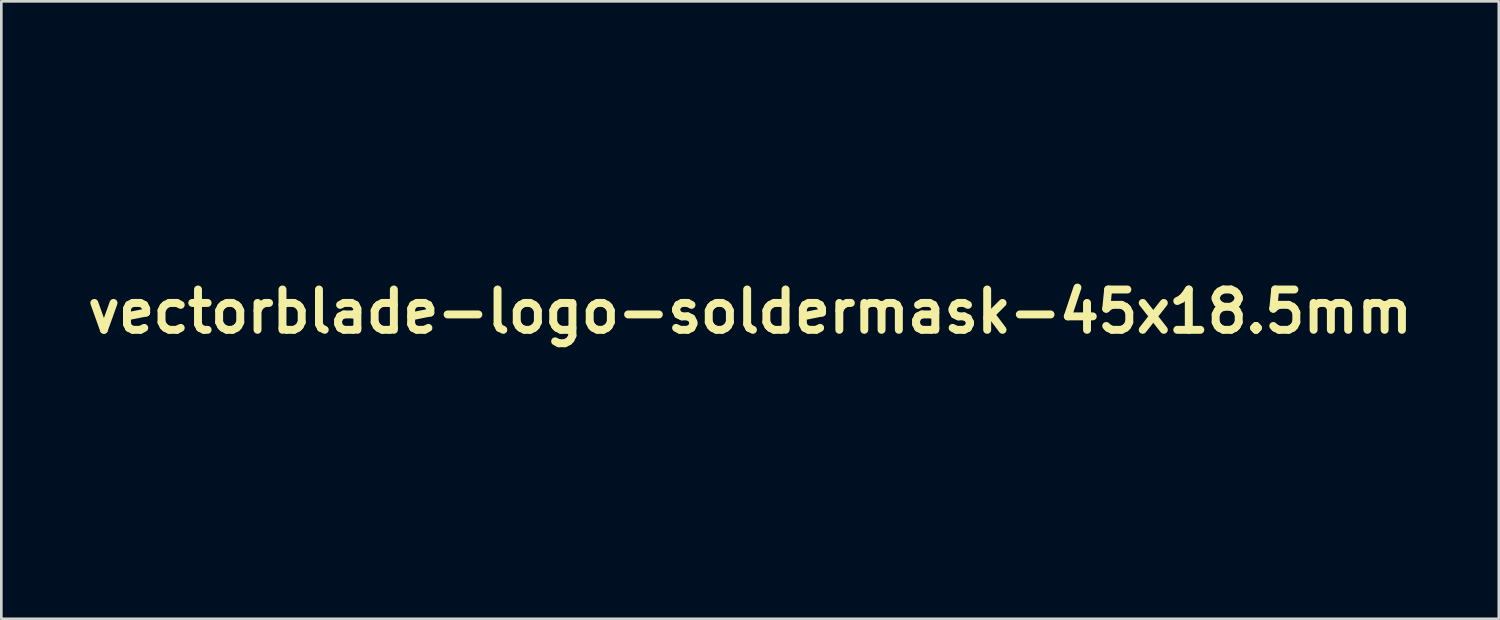
<source format=kicad_pcb>
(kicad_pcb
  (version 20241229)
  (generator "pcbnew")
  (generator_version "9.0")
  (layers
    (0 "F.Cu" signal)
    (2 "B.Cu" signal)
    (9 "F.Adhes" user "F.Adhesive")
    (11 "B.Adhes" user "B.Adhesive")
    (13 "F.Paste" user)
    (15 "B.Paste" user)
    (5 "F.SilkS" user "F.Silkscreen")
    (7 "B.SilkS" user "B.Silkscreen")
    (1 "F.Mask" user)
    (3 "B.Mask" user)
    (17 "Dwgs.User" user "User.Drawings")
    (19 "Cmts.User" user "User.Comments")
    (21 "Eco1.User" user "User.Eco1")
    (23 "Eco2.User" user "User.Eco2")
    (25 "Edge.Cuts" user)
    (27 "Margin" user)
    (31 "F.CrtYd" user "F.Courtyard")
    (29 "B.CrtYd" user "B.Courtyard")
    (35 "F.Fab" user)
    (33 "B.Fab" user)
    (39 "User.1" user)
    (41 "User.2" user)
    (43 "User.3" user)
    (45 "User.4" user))
  (footprint "vectorblade-logo-soldermask-45x18.5mm"
    (layer "F.Cu")
    (at 25.298 8.726)
    (property "Reference" "vectorblade-logo-soldermask-45x18.5mm" (at 0 0 0) (layer "F.SilkS") (effects (font (size 1.524 1.524) (thickness 0.3))))
    (attr through_hole)
    (fp_poly (pts (xy -10.261 1.564) (xy -10.278 1.581) (xy -10.295 1.564) (xy -10.278 1.548) (xy -10.261 1.564)) (stroke (width 0.01) (type solid)) (fill yes) (layer "F.Mask"))
    (fp_poly (pts (xy 1.312 5.77) (xy 1.295 5.786) (xy 1.278 5.77) (xy 1.295 5.753) (xy 1.312 5.77)) (stroke (width 0.01) (type solid)) (fill yes) (layer "F.Mask"))
    (fp_poly (pts (xy 6.358 4.491) (xy 6.342 4.508) (xy 6.325 4.491) (xy 6.342 4.474) (xy 6.358 4.491)) (stroke (width 0.01) (type solid)) (fill yes) (layer "F.Mask"))
    (fp_poly (pts (xy 1.368 5.865) (xy 1.364 5.885) (xy 1.346 5.887) (xy 1.318 5.875) (xy 1.323 5.865) (xy 1.363 5.861) (xy 1.368 5.865)) (stroke (width 0.01) (type solid)) (fill yes) (layer "F.Mask"))
    (fp_poly (pts (xy 3.595 2.234) (xy 3.63 2.265) (xy 3.633 2.273) (xy 3.617 2.287) (xy 3.584 2.256) (xy 3.58 2.249) (xy 3.576 2.226) (xy 3.595 2.234)) (stroke (width 0.01) (type solid)) (fill yes) (layer "F.Mask"))
    (fp_poly (pts (xy 1.446 5.745) (xy 1.447 5.753) (xy 1.421 5.785) (xy 1.411 5.786) (xy 1.391 5.766) (xy 1.396 5.753) (xy 1.426 5.721) (xy 1.432 5.719) (xy 1.446 5.745)) (stroke (width 0.01) (type solid)) (fill yes) (layer "F.Mask"))
    (fp_poly (pts (xy 3.565 2.346) (xy 3.566 2.355) (xy 3.555 2.388) (xy 3.551 2.389) (xy 3.523 2.365) (xy 3.516 2.355) (xy 3.518 2.324) (xy 3.53 2.321) (xy 3.565 2.346)) (stroke (width 0.01) (type solid)) (fill yes) (layer "F.Mask"))
    (fp_poly (pts (xy 6.381 4.596) (xy 6.375 4.609) (xy 6.331 4.641) (xy 6.321 4.643) (xy 6.303 4.622) (xy 6.308 4.609) (xy 6.353 4.577) (xy 6.362 4.575) (xy 6.381 4.596)) (stroke (width 0.01) (type solid)) (fill yes) (layer "F.Mask"))
    (fp_poly (pts (xy -8.472 1.593) (xy -8.461 1.648) (xy -8.483 1.72) (xy -8.534 1.743) (xy -8.591 1.712) (xy -8.613 1.681) (xy -8.631 1.603) (xy -8.594 1.557) (xy -8.524 1.553) (xy -8.472 1.593)) (stroke (width 0.01) (type solid)) (fill yes) (layer "F.Mask"))
    (fp_poly (pts (xy 4.296 1.974) (xy 4.329 2.02) (xy 4.333 2.079) (xy 4.307 2.156) (xy 4.262 2.178) (xy 4.214 2.146) (xy 4.197 2.076) (xy 4.208 2.028) (xy 4.249 1.974) (xy 4.296 1.974)) (stroke (width 0.01) (type solid)) (fill yes) (layer "F.Mask"))
    (fp_poly (pts (xy 12.132 1.531) (xy 12.145 1.591) (xy 12.13 1.666) (xy 12.095 1.718) (xy 12.054 1.734) (xy 12.025 1.705) (xy 12.013 1.615) (xy 12.043 1.545) (xy 12.086 1.52) (xy 12.132 1.531)) (stroke (width 0.01) (type solid)) (fill yes) (layer "F.Mask"))
    (fp_poly (pts (xy 14.518 1.729) (xy 14.53 1.781) (xy 14.527 1.806) (xy 14.501 1.886) (xy 14.455 1.908) (xy 14.4 1.869) (xy 14.373 1.798) (xy 14.4 1.739) (xy 14.467 1.716) (xy 14.518 1.729)) (stroke (width 0.01) (type solid)) (fill yes) (layer "F.Mask"))
    (fp_poly (pts (xy 17.977 2.405) (xy 18.013 2.453) (xy 18.01 2.509) (xy 17.969 2.557) (xy 17.914 2.576) (xy 17.884 2.566) (xy 17.863 2.506) (xy 17.88 2.436) (xy 17.918 2.399) (xy 17.977 2.405)) (stroke (width 0.01) (type solid)) (fill yes) (layer "F.Mask"))
    (fp_poly (pts (xy -18.061 1.169) (xy -18.008 1.227) (xy -17.999 1.265) (xy -18.025 1.312) (xy -18.088 1.325) (xy -18.144 1.307) (xy -18.19 1.257) (xy -18.199 1.196) (xy -18.171 1.152) (xy -18.14 1.144) (xy -18.061 1.169)) (stroke (width 0.01) (type solid)) (fill yes) (layer "F.Mask"))
    (fp_poly (pts (xy -9.81 2.047) (xy -9.764 2.115) (xy -9.756 2.158) (xy -9.775 2.223) (xy -9.827 2.232) (xy -9.882 2.202) (xy -9.925 2.146) (xy -9.934 2.08) (xy -9.91 2.03) (xy -9.877 2.019) (xy -9.81 2.047)) (stroke (width 0.01) (type solid)) (fill yes) (layer "F.Mask"))
    (fp_poly (pts (xy -3.572 2.46) (xy -3.512 2.505) (xy -3.505 2.565) (xy -3.537 2.63) (xy -3.594 2.65) (xy -3.649 2.619) (xy -3.661 2.601) (xy -3.682 2.519) (xy -3.656 2.465) (xy -3.594 2.454) (xy -3.572 2.46)) (stroke (width 0.01) (type solid)) (fill yes) (layer "F.Mask"))
    (fp_poly (pts (xy 0.046 1.617) (xy 0.067 1.699) (xy 0.067 1.703) (xy 0.047 1.768) (xy -0.001 1.786) (xy -0.053 1.761) (xy -0.088 1.695) (xy -0.09 1.611) (xy -0.065 1.58) (xy -0.003 1.572) (xy 0.046 1.617)) (stroke (width 0.01) (type solid)) (fill yes) (layer "F.Mask"))
    (fp_poly (pts (xy 0.298 5.877) (xy 0.368 5.92) (xy 0.39 5.987) (xy 0.367 6.043) (xy 0.311 6.086) (xy 0.263 6.064) (xy 0.234 6.019) (xy 0.21 5.937) (xy 0.232 5.884) (xy 0.293 5.875) (xy 0.298 5.877)) (stroke (width 0.01) (type solid)) (fill yes) (layer "F.Mask"))
    (fp_poly (pts (xy 7.88 2.866) (xy 7.943 2.899) (xy 7.97 2.958) (xy 7.952 3.017) (xy 7.935 3.032) (xy 7.859 3.06) (xy 7.816 3.03) (xy 7.805 2.958) (xy 7.813 2.886) (xy 7.845 2.864) (xy 7.88 2.866)) (stroke (width 0.01) (type solid)) (fill yes) (layer "F.Mask"))
    (fp_poly (pts (xy 9.993 2.212) (xy 10.018 2.272) (xy 9.991 2.339) (xy 9.928 2.387) (xy 9.879 2.372) (xy 9.857 2.299) (xy 9.857 2.288) (xy 9.868 2.214) (xy 9.907 2.188) (xy 9.926 2.187) (xy 9.993 2.212)) (stroke (width 0.01) (type solid)) (fill yes) (layer "F.Mask"))
    (fp_poly (pts (xy 10.68 1.36) (xy 10.699 1.381) (xy 10.708 1.447) (xy 10.676 1.513) (xy 10.621 1.547) (xy 10.613 1.548) (xy 10.574 1.518) (xy 10.564 1.462) (xy 10.583 1.392) (xy 10.629 1.353) (xy 10.68 1.36)) (stroke (width 0.01) (type solid)) (fill yes) (layer "F.Mask"))
    (fp_poly (pts (xy 16.011 1.71) (xy 16.035 1.776) (xy 16.026 1.834) (xy 15.983 1.878) (xy 15.959 1.884) (xy 15.906 1.857) (xy 15.891 1.834) (xy 15.885 1.757) (xy 15.917 1.698) (xy 15.959 1.682) (xy 16.011 1.71)) (stroke (width 0.01) (type solid)) (fill yes) (layer "F.Mask"))
    (fp_poly (pts (xy 18.668 1.579) (xy 18.7 1.631) (xy 18.689 1.695) (xy 18.643 1.739) (xy 18.629 1.743) (xy 18.584 1.733) (xy 18.571 1.671) (xy 18.571 1.67) (xy 18.585 1.587) (xy 18.629 1.563) (xy 18.668 1.579)) (stroke (width 0.01) (type solid)) (fill yes) (layer "F.Mask"))
    (fp_poly (pts (xy -16.079 2.042) (xy -16.025 2.095) (xy -15.993 2.153) (xy -15.996 2.185) (xy -16.049 2.218) (xy -16.12 2.208) (xy -16.178 2.16) (xy -16.182 2.152) (xy -16.202 2.075) (xy -16.173 2.027) (xy -16.135 2.019) (xy -16.079 2.042)) (stroke (width 0.01) (type solid)) (fill yes) (layer "F.Mask"))
    (fp_poly (pts (xy -12.419 1.627) (xy -12.39 1.692) (xy -12.411 1.76) (xy -12.417 1.767) (xy -12.461 1.8) (xy -12.5 1.783) (xy -12.526 1.755) (xy -12.561 1.688) (xy -12.557 1.624) (xy -12.519 1.588) (xy -12.489 1.588) (xy -12.419 1.627)) (stroke (width 0.01) (type solid)) (fill yes) (layer "F.Mask"))
    (fp_poly (pts (xy -6.402 7.329) (xy -6.368 7.392) (xy -6.371 7.46) (xy -6.375 7.468) (xy -6.428 7.5) (xy -6.495 7.483) (xy -6.516 7.466) (xy -6.54 7.405) (xy -6.522 7.34) (xy -6.472 7.302) (xy -6.458 7.3) (xy -6.402 7.329)) (stroke (width 0.01) (type solid)) (fill yes) (layer "F.Mask"))
    (fp_poly (pts (xy -5.524 7.158) (xy -5.475 7.216) (xy -5.46 7.28) (xy -5.467 7.301) (xy -5.519 7.332) (xy -5.588 7.313) (xy -5.612 7.294) (xy -5.649 7.227) (xy -5.644 7.166) (xy -5.598 7.133) (xy -5.586 7.132) (xy -5.524 7.158)) (stroke (width 0.01) (type solid)) (fill yes) (layer "F.Mask"))
    (fp_poly (pts (xy -5.442 1.496) (xy -5.4 1.545) (xy -5.4 1.547) (xy -5.396 1.631) (xy -5.434 1.677) (xy -5.497 1.675) (xy -5.544 1.642) (xy -5.58 1.574) (xy -5.585 1.541) (xy -5.56 1.493) (xy -5.504 1.478) (xy -5.442 1.496)) (stroke (width 0.01) (type solid)) (fill yes) (layer "F.Mask"))
    (fp_poly (pts (xy -3.692 2.126) (xy -3.632 2.155) (xy -3.617 2.22) (xy -3.638 2.287) (xy -3.688 2.319) (xy -3.743 2.301) (xy -3.744 2.3) (xy -3.763 2.251) (xy -3.768 2.196) (xy -3.755 2.136) (xy -3.706 2.124) (xy -3.692 2.126)) (stroke (width 0.01) (type solid)) (fill yes) (layer "F.Mask"))
    (fp_poly (pts (xy 0.672 1.346) (xy 0.689 1.406) (xy 0.69 1.427) (xy 0.674 1.51) (xy 0.635 1.539) (xy 0.58 1.507) (xy 0.574 1.5) (xy 0.543 1.428) (xy 0.558 1.363) (xy 0.611 1.33) (xy 0.623 1.329) (xy 0.672 1.346)) (stroke (width 0.01) (type solid)) (fill yes) (layer "F.Mask"))
    (fp_poly (pts (xy 3.068 1.408) (xy 3.112 1.46) (xy 3.123 1.533) (xy 3.123 1.537) (xy 3.087 1.591) (xy 3.027 1.611) (xy 2.984 1.594) (xy 2.961 1.535) (xy 2.968 1.461) (xy 2.999 1.407) (xy 3.009 1.402) (xy 3.068 1.408)) (stroke (width 0.01) (type solid)) (fill yes) (layer "F.Mask"))
    (fp_poly (pts (xy 4.41 5.138) (xy 4.435 5.205) (xy 4.434 5.228) (xy 4.402 5.288) (xy 4.344 5.313) (xy 4.296 5.294) (xy 4.275 5.238) (xy 4.277 5.162) (xy 4.299 5.103) (xy 4.308 5.096) (xy 4.361 5.095) (xy 4.41 5.138)) (stroke (width 0.01) (type solid)) (fill yes) (layer "F.Mask"))
    (fp_poly (pts (xy 7.315 4.434) (xy 7.354 4.496) (xy 7.349 4.563) (xy 7.347 4.568) (xy 7.289 4.627) (xy 7.234 4.623) (xy 7.207 4.589) (xy 7.188 4.516) (xy 7.201 4.446) (xy 7.239 4.408) (xy 7.25 4.407) (xy 7.315 4.434)) (stroke (width 0.01) (type solid)) (fill yes) (layer "F.Mask"))
    (fp_poly (pts (xy -6.148 3.236) (xy -6.091 3.267) (xy -6.06 3.324) (xy -6.058 3.385) (xy -6.089 3.426) (xy -6.115 3.432) (xy -6.18 3.421) (xy -6.201 3.409) (xy -6.219 3.361) (xy -6.224 3.306) (xy -6.211 3.246) (xy -6.161 3.234) (xy -6.148 3.236)) (stroke (width 0.01) (type solid)) (fill yes) (layer "F.Mask"))
    (fp_poly (pts (xy -3.507 1.626) (xy -3.499 1.686) (xy -3.511 1.759) (xy -3.554 1.783) (xy -3.56 1.783) (xy -3.624 1.772) (xy -3.645 1.761) (xy -3.666 1.705) (xy -3.662 1.633) (xy -3.637 1.579) (xy -3.625 1.572) (xy -3.549 1.571) (xy -3.507 1.626)) (stroke (width 0.01) (type solid)) (fill yes) (layer "F.Mask"))
    (fp_poly (pts (xy -13.236 1.409) (xy -13.164 1.483) (xy -13.125 1.581) (xy -13.128 1.684) (xy -13.173 1.764) (xy -13.264 1.812) (xy -13.367 1.81) (xy -13.456 1.758) (xy -13.477 1.732) (xy -13.527 1.614) (xy -13.522 1.507) (xy -13.47 1.425) (xy -13.374 1.383) (xy -13.333 1.379) (xy -13.236 1.409)) (stroke (width 0.01) (type solid)) (fill yes) (layer "F.Mask"))
    (fp_poly (pts (xy 7.581 3.663) (xy 7.645 3.714) (xy 7.666 3.784) (xy 7.669 3.882) (xy 7.655 3.976) (xy 7.63 4.03) (xy 7.553 4.066) (xy 7.455 4.063) (xy 7.369 4.022) (xy 7.356 4.009) (xy 7.306 3.911) (xy 7.306 3.804) (xy 7.355 3.712) (xy 7.386 3.686) (xy 7.484 3.651) (xy 7.581 3.663)) (stroke (width 0.01) (type solid)) (fill yes) (layer "F.Mask"))
    (fp_poly (pts (xy -5.53 1.777) (xy -5.431 1.853) (xy -5.367 1.933) (xy -5.338 2.018) (xy -5.332 2.12) (xy -5.345 2.253) (xy -5.382 2.335) (xy -5.385 2.338) (xy -5.475 2.389) (xy -5.594 2.408) (xy -5.71 2.394) (xy -5.749 2.377) (xy -5.841 2.294) (xy -5.899 2.181) (xy -5.923 2.055) (xy -5.911 1.934) (xy -5.862 1.836) (xy -5.799 1.787) (xy -5.656 1.75) (xy -5.53 1.777)) (stroke (width 0.01) (type solid)) (fill yes) (layer "F.Mask"))
    (fp_poly (pts (xy 13.787 1.848) (xy 13.863 1.915) (xy 13.93 1.991) (xy 13.956 2.059) (xy 13.953 2.149) (xy 13.952 2.158) (xy 13.907 2.305) (xy 13.822 2.405) (xy 13.704 2.452) (xy 13.661 2.455) (xy 13.564 2.446) (xy 13.491 2.424) (xy 13.487 2.422) (xy 13.42 2.35) (xy 13.377 2.238) (xy 13.365 2.115) (xy 13.37 2.074) (xy 13.421 1.945) (xy 13.521 1.863) (xy 13.636 1.828) (xy 13.721 1.823) (xy 13.787 1.848)) (stroke (width 0.01) (type solid)) (fill yes) (layer "F.Mask"))
    (fp_poly (pts (xy -12.128 -0.397) (xy -12.058 -0.326) (xy -12.039 -0.256) (xy -12.074 -0.187) (xy -12.166 -0.114) (xy -12.317 -0.035) (xy -12.53 0.053) (xy -12.599 0.079) (xy -12.775 0.141) (xy -12.898 0.178) (xy -12.977 0.193) (xy -13.021 0.187) (xy -13.029 0.181) (xy -13.046 0.134) (xy -13.053 0.051) (xy -13.053 0.047) (xy -13.034 -0.055) (xy -12.971 -0.143) (xy -12.859 -0.224) (xy -12.69 -0.301) (xy -12.539 -0.355) (xy -12.211 -0.463) (xy -12.128 -0.397)) (stroke (width 0.01) (type solid)) (fill yes) (layer "F.Mask"))
    (fp_poly (pts (xy -17.468 2.309) (xy -17.321 2.321) (xy -17.213 2.352) (xy -17.14 2.393) (xy -17.011 2.518) (xy -16.927 2.681) (xy -16.892 2.865) (xy -16.91 3.054) (xy -16.939 3.141) (xy -17.023 3.259) (xy -17.15 3.343) (xy -17.306 3.389) (xy -17.472 3.39) (xy -17.614 3.35) (xy -17.763 3.253) (xy -17.87 3.116) (xy -17.935 2.954) (xy -17.953 2.782) (xy -17.923 2.613) (xy -17.843 2.462) (xy -17.783 2.398) (xy -17.716 2.346) (xy -17.649 2.318) (xy -17.556 2.309) (xy -17.468 2.309)) (stroke (width 0.01) (type solid)) (fill yes) (layer "F.Mask"))
    (fp_poly (pts (xy 19.538 -0.478) (xy 19.575 -0.411) (xy 19.574 -0.323) (xy 19.532 -0.233) (xy 19.515 -0.212) (xy 19.454 -0.167) (xy 19.35 -0.11) (xy 19.222 -0.05) (xy 19.187 -0.036) (xy 19.05 0.021) (xy 18.924 0.074) (xy 18.831 0.114) (xy 18.818 0.12) (xy 18.734 0.156) (xy 18.691 0.162) (xy 18.671 0.133) (xy 18.66 0.096) (xy 18.662 0.004) (xy 18.696 -0.106) (xy 18.752 -0.199) (xy 18.777 -0.225) (xy 18.839 -0.263) (xy 18.944 -0.313) (xy 19.074 -0.37) (xy 19.21 -0.424) (xy 19.334 -0.47) (xy 19.428 -0.498) (xy 19.466 -0.505) (xy 19.538 -0.478)) (stroke (width 0.01) (type solid)) (fill yes) (layer "F.Mask"))
    (fp_poly (pts (xy 7.946 -8.72) (xy 8.228 -8.718) (xy 8.491 -8.714) (xy 8.72 -8.708) (xy 8.903 -8.701) (xy 8.966 -8.697) (xy 9.219 -8.678) (xy 9.423 -8.661) (xy 9.595 -8.645) (xy 9.751 -8.629) (xy 9.91 -8.611) (xy 9.941 -8.607) (xy 10.09 -8.59) (xy 10.225 -8.575) (xy 10.323 -8.565) (xy 10.345 -8.563) (xy 10.447 -8.552) (xy 10.565 -8.533) (xy 10.581 -8.531) (xy 10.664 -8.515) (xy 10.797 -8.49) (xy 10.961 -8.46) (xy 11.14 -8.427) (xy 11.169 -8.421) (xy 11.347 -8.387) (xy 11.509 -8.351) (xy 11.641 -8.319) (xy 11.726 -8.294) (xy 11.735 -8.29) (xy 11.815 -8.261) (xy 11.866 -8.249) (xy 11.87 -8.249) (xy 11.914 -8.243) (xy 12.008 -8.221) (xy 12.137 -8.187) (xy 12.287 -8.146) (xy 12.443 -8.102) (xy 12.59 -8.058) (xy 12.715 -8.019) (xy 12.802 -7.988) (xy 12.835 -7.973) (xy 12.886 -7.948) (xy 12.973 -7.915) (xy 13.003 -7.905) (xy 13.086 -7.874) (xy 13.213 -7.823) (xy 13.367 -7.757) (xy 13.524 -7.687) (xy 13.676 -7.619) (xy 13.808 -7.559) (xy 13.908 -7.515) (xy 13.96 -7.491) (xy 13.962 -7.49) (xy 14.015 -7.463) (xy 14.107 -7.412) (xy 14.214 -7.351) (xy 14.349 -7.274) (xy 14.489 -7.195) (xy 14.58 -7.146) (xy 14.688 -7.084) (xy 14.78 -7.021) (xy 14.815 -6.993) (xy 14.893 -6.93) (xy 14.99 -6.864) (xy 15.005 -6.855) (xy 15.137 -6.764) (xy 15.3 -6.632) (xy 15.48 -6.473) (xy 15.665 -6.299) (xy 15.841 -6.122) (xy 15.997 -5.954) (xy 16.119 -5.807) (xy 16.158 -5.753) (xy 16.22 -5.665) (xy 16.268 -5.603) (xy 16.285 -5.585) (xy 16.311 -5.549) (xy 16.359 -5.469) (xy 16.418 -5.361) (xy 16.43 -5.338) (xy 16.51 -5.166) (xy 16.546 -5.021) (xy 16.543 -4.883) (xy 16.522 -4.789) (xy 16.492 -4.684) (xy 16.654 -4.663) (xy 16.837 -4.608) (xy 17.012 -4.504) (xy 17.156 -4.366) (xy 17.219 -4.27) (xy 17.297 -4.121) (xy 17.28 -2.38) (xy 17.277 -2.045) (xy 17.275 -1.731) (xy 17.273 -1.445) (xy 17.273 -1.192) (xy 17.273 -0.979) (xy 17.274 -0.813) (xy 17.275 -0.699) (xy 17.278 -0.643) (xy 17.279 -0.639) (xy 17.301 -0.649) (xy 17.344 -0.682) (xy 17.417 -0.748) (xy 17.529 -0.852) (xy 17.54 -0.862) (xy 17.713 -0.995) (xy 17.935 -1.117) (xy 18.188 -1.219) (xy 18.335 -1.263) (xy 18.451 -1.297) (xy 18.542 -1.329) (xy 18.586 -1.351) (xy 18.639 -1.371) (xy 18.724 -1.379) (xy 18.726 -1.379) (xy 18.804 -1.386) (xy 18.845 -1.404) (xy 18.845 -1.405) (xy 18.881 -1.425) (xy 18.966 -1.455) (xy 19.083 -1.491) (xy 19.126 -1.503) (xy 19.297 -1.55) (xy 19.486 -1.603) (xy 19.647 -1.649) (xy 19.941 -1.709) (xy 20.218 -1.716) (xy 20.445 -1.677) (xy 20.553 -1.633) (xy 20.666 -1.556) (xy 20.8 -1.436) (xy 20.824 -1.413) (xy 20.937 -1.297) (xy 21.012 -1.204) (xy 21.061 -1.115) (xy 21.098 -1.01) (xy 21.104 -0.99) (xy 21.136 -0.837) (xy 21.157 -0.67) (xy 21.161 -0.583) (xy 21.162 -0.471) (xy 21.171 -0.412) (xy 21.193 -0.391) (xy 21.236 -0.394) (xy 21.246 -0.396) (xy 21.317 -0.418) (xy 21.349 -0.441) (xy 21.396 -0.464) (xy 21.487 -0.473) (xy 21.601 -0.469) (xy 21.714 -0.454) (xy 21.805 -0.429) (xy 21.835 -0.413) (xy 21.995 -0.271) (xy 22.092 -0.112) (xy 22.125 0.06) (xy 22.12 0.13) (xy 22.094 0.256) (xy 22.05 0.367) (xy 21.979 0.474) (xy 21.872 0.59) (xy 21.72 0.729) (xy 21.682 0.761) (xy 21.534 0.888) (xy 21.378 1.023) (xy 21.236 1.147) (xy 21.161 1.213) (xy 20.702 1.617) (xy 20.29 1.977) (xy 19.925 2.295) (xy 19.605 2.572) (xy 19.327 2.81) (xy 19.09 3.011) (xy 18.893 3.175) (xy 18.732 3.304) (xy 18.608 3.4) (xy 18.517 3.465) (xy 18.458 3.499) (xy 18.456 3.5) (xy 18.252 3.569) (xy 18.02 3.613) (xy 17.793 3.629) (xy 17.702 3.625) (xy 17.581 3.607) (xy 17.451 3.578) (xy 17.328 3.543) (xy 17.227 3.506) (xy 17.167 3.472) (xy 17.158 3.457) (xy 17.13 3.435) (xy 17.106 3.432) (xy 17.059 3.409) (xy 16.983 3.35) (xy 16.891 3.268) (xy 16.798 3.178) (xy 16.718 3.093) (xy 16.666 3.027) (xy 16.653 2.998) (xy 16.646 2.97) (xy 16.619 2.967) (xy 16.564 2.995) (xy 16.471 3.056) (xy 16.367 3.13) (xy 16.186 3.254) (xy 16.041 3.34) (xy 15.916 3.394) (xy 15.796 3.422) (xy 15.667 3.43) (xy 15.661 3.43) (xy 15.457 3.408) (xy 15.278 3.346) (xy 15.141 3.251) (xy 15.125 3.234) (xy 15.07 3.182) (xy 15.034 3.162) (xy 14.996 3.18) (xy 14.915 3.226) (xy 14.804 3.294) (xy 14.715 3.351) (xy 14.473 3.498) (xy 14.266 3.604) (xy 14.077 3.671) (xy 13.892 3.705) (xy 13.696 3.71) (xy 13.529 3.697) (xy 13.242 3.634) (xy 12.963 3.513) (xy 12.711 3.344) (xy 12.593 3.236) (xy 12.509 3.151) (xy 12.445 3.101) (xy 12.386 3.087) (xy 12.317 3.108) (xy 12.223 3.168) (xy 12.091 3.265) (xy 12.084 3.27) (xy 11.915 3.385) (xy 11.768 3.456) (xy 11.622 3.491) (xy 11.494 3.499) (xy 11.334 3.481) (xy 11.172 3.434) (xy 11.03 3.367) (xy 10.933 3.288) (xy 10.932 3.286) (xy 10.899 3.25) (xy 10.867 3.239) (xy 10.817 3.257) (xy 10.732 3.307) (xy 10.703 3.325) (xy 10.609 3.381) (xy 10.541 3.42) (xy 10.516 3.432) (xy 10.483 3.449) (xy 10.411 3.493) (xy 10.323 3.55) (xy 10.126 3.66) (xy 9.921 3.729) (xy 9.689 3.763) (xy 9.519 3.768) (xy 9.294 3.757) (xy 9.111 3.72) (xy 8.946 3.653) (xy 8.903 3.63) (xy 8.842 3.613) (xy 8.813 3.622) (xy 8.805 3.662) (xy 8.797 3.76) (xy 8.789 3.906) (xy 8.782 4.09) (xy 8.777 4.302) (xy 8.774 4.441) (xy 8.77 4.705) (xy 8.764 4.912) (xy 8.756 5.07) (xy 8.743 5.19) (xy 8.724 5.28) (xy 8.697 5.351) (xy 8.66 5.412) (xy 8.613 5.473) (xy 8.588 5.501) (xy 8.477 5.61) (xy 8.351 5.693) (xy 8.197 5.757) (xy 8 5.806) (xy 7.805 5.839) (xy 7.697 5.856) (xy 7.607 5.87) (xy 7.586 5.873) (xy 7.518 5.885) (xy 7.41 5.903) (xy 7.309 5.92) (xy 7.15 5.946) (xy 6.976 5.976) (xy 6.888 5.991) (xy 6.762 6.012) (xy 6.652 6.03) (xy 6.594 6.039) (xy 6.531 6.049) (xy 6.416 6.07) (xy 6.266 6.098) (xy 6.094 6.13) (xy 6.056 6.138) (xy 5.865 6.174) (xy 5.708 6.204) (xy 5.564 6.23) (xy 5.413 6.257) (xy 5.236 6.287) (xy 5.013 6.325) (xy 5.004 6.327) (xy 4.87 6.351) (xy 4.744 6.376) (xy 4.676 6.391) (xy 4.582 6.411) (xy 4.45 6.437) (xy 4.323 6.461) (xy 4.13 6.496) (xy 3.885 6.543) (xy 3.601 6.6) (xy 3.291 6.662) (xy 2.969 6.728) (xy 2.649 6.795) (xy 2.342 6.86) (xy 2.064 6.92) (xy 1.827 6.973) (xy 1.699 7.002) (xy 1.595 7.025) (xy 1.456 7.054) (xy 1.329 7.079) (xy 1.247 7.096) (xy 1.149 7.117) (xy 1.028 7.144) (xy 0.879 7.179) (xy 0.696 7.223) (xy 0.472 7.277) (xy 0.201 7.342) (xy -0.122 7.421) (xy -0.504 7.515) (xy -0.535 7.523) (xy -0.863 7.602) (xy -1.197 7.681) (xy -1.526 7.757) (xy -1.836 7.826) (xy -2.115 7.887) (xy -2.348 7.935) (xy -2.456 7.956) (xy -2.637 7.991) (xy -2.86 8.035) (xy -3.103 8.083) (xy -3.343 8.132) (xy -3.549 8.174) (xy -3.788 8.22) (xy -4.079 8.271) (xy -4.41 8.324) (xy -4.767 8.378) (xy -5.137 8.43) (xy -5.504 8.478) (xy -5.857 8.522) (xy -6.18 8.558) (xy -6.392 8.579) (xy -6.474 8.583) (xy -6.608 8.588) (xy -6.786 8.592) (xy -7 8.596) (xy -7.241 8.599) (xy -7.501 8.602) (xy -7.771 8.604) (xy -8.043 8.606) (xy -8.309 8.607) (xy -8.559 8.608) (xy -8.786 8.607) (xy -8.981 8.606) (xy -9.135 8.604) (xy -9.241 8.602) (xy -9.289 8.598) (xy -9.291 8.597) (xy -9.327 8.591) (xy -9.415 8.581) (xy -9.538 8.571) (xy -9.605 8.566) (xy -9.779 8.552) (xy -9.986 8.529) (xy -10.217 8.501) (xy -10.459 8.468) (xy -10.701 8.433) (xy -10.933 8.397) (xy -11.142 8.362) (xy -11.318 8.329) (xy -11.449 8.301) (xy -11.523 8.279) (xy -11.582 8.26) (xy -11.69 8.23) (xy -11.831 8.195) (xy -11.96 8.164) (xy -12.291 8.083) (xy -12.571 8.006) (xy -12.815 7.928) (xy -13.038 7.845) (xy -13.145 7.8) (xy -13.234 7.763) (xy -13.295 7.741) (xy -13.307 7.738) (xy -13.346 7.725) (xy -13.426 7.691) (xy -13.501 7.657) (xy -13.639 7.594) (xy -13.786 7.527) (xy -13.844 7.501) (xy -13.951 7.449) (xy -14.091 7.375) (xy -14.239 7.293) (xy -14.291 7.263) (xy -14.412 7.192) (xy -14.512 7.137) (xy -14.575 7.104) (xy -14.59 7.099) (xy -14.635 7.078) (xy -14.72 7.02) (xy -14.837 6.934) (xy -14.976 6.826) (xy -15.127 6.705) (xy -15.28 6.578) (xy -15.427 6.453) (xy -15.557 6.338) (xy -15.658 6.242) (xy -15.806 6.085) (xy -15.961 5.904) (xy -16.111 5.713) (xy -16.245 5.529) (xy -16.351 5.365) (xy -16.405 5.265) (xy -16.451 5.144) (xy -16.48 5.023) (xy -16.484 4.971) (xy -16.488 4.89) (xy -16.498 4.847) (xy -16.501 4.845) (xy -16.539 4.856) (xy -16.617 4.886) (xy -16.661 4.903) (xy -16.779 4.938) (xy -16.93 4.956) (xy -17.107 4.959) (xy -17.268 4.954) (xy -17.386 4.94) (xy -17.482 4.913) (xy -17.578 4.87) (xy -17.726 4.788) (xy -17.826 4.719) (xy -15.879 4.719) (xy -15.861 4.786) (xy -15.815 4.874) (xy -15.755 4.96) (xy -15.696 5.024) (xy -15.656 5.046) (xy -15.615 5.019) (xy -15.61 4.996) (xy -15.587 4.952) (xy -15.528 4.954) (xy -15.46 4.991) (xy -15.42 5.049) (xy -15.425 5.109) (xy -15.472 5.145) (xy -15.491 5.147) (xy -15.537 5.168) (xy -15.543 5.186) (xy -15.517 5.253) (xy -15.445 5.351) (xy -15.336 5.474) (xy -15.199 5.612) (xy -15.04 5.759) (xy -14.87 5.906) (xy -14.697 6.045) (xy -14.529 6.169) (xy -14.374 6.27) (xy -14.365 6.276) (xy -14.291 6.324) (xy -14.26 6.347) (xy -14.211 6.379) (xy -14.118 6.432) (xy -13.998 6.497) (xy -13.928 6.534) (xy -13.282 6.842) (xy -12.604 7.103) (xy -11.889 7.319) (xy -11.133 7.491) (xy -10.331 7.621) (xy -9.538 7.704) (xy -9.36 7.719) (xy -9.199 7.732) (xy -9.072 7.742) (xy -8.994 7.749) (xy -8.983 7.75) (xy -8.925 7.752) (xy -8.812 7.754) (xy -8.653 7.755) (xy -8.459 7.756) (xy -8.242 7.756) (xy -8.141 7.756) (xy -7.897 7.755) (xy -7.712 7.754) (xy -7.578 7.751) (xy -7.488 7.746) (xy -7.432 7.737) (xy -7.402 7.725) (xy -7.392 7.709) (xy -7.392 7.687) (xy -7.385 7.606) (xy -7.363 7.527) (xy -7.306 7.457) (xy -7.222 7.432) (xy -7.128 7.446) (xy -7.043 7.494) (xy -6.982 7.571) (xy -6.964 7.654) (xy -6.964 7.683) (xy -6.958 7.706) (xy -6.94 7.723) (xy -6.904 7.733) (xy -6.842 7.737) (xy -6.747 7.734) (xy -6.614 7.724) (xy -6.434 7.708) (xy -6.202 7.686) (xy -5.911 7.657) (xy -5.871 7.653) (xy -5.748 7.639) (xy -5.636 7.625) (xy -5.601 7.62) (xy -5.498 7.605) (xy -5.38 7.59) (xy -5.366 7.588) (xy -5.237 7.571) (xy -5.054 7.543) (xy -4.829 7.507) (xy -4.573 7.465) (xy -4.299 7.418) (xy -4.018 7.37) (xy -3.743 7.321) (xy -3.485 7.274) (xy -3.257 7.231) (xy -3.069 7.194) (xy -2.935 7.166) (xy -2.927 7.164) (xy -2.801 7.137) (xy -2.654 7.108) (xy -2.59 7.096) (xy -2.464 7.072) (xy -2.305 7.038) (xy -2.146 7.003) (xy -2.136 7.001) (xy -1.977 6.964) (xy -1.786 6.92) (xy -1.595 6.878) (xy -1.531 6.864) (xy -1.28 6.808) (xy -1.04 6.754) (xy -0.819 6.703) (xy -0.631 6.658) (xy -0.485 6.622) (xy -0.393 6.598) (xy -0.387 6.597) (xy -0.318 6.578) (xy -0.198 6.549) (xy -0.043 6.513) (xy 0.132 6.472) (xy 0.185 6.46) (xy 0.437 6.402) (xy 0.627 6.353) (xy 0.762 6.313) (xy 0.845 6.28) (xy 0.884 6.251) (xy 0.887 6.238) (xy 0.874 6.183) (xy 0.859 6.131) (xy 0.857 6.063) (xy 0.89 6.035) (xy 0.962 6.037) (xy 1.016 6.085) (xy 1.032 6.16) (xy 1.029 6.174) (xy 1.01 6.248) (xy 1.271 6.199) (xy 1.48 6.159) (xy 1.65 6.126) (xy 1.808 6.093) (xy 1.982 6.055) (xy 2.052 6.04) (xy 2.194 6.009) (xy 2.374 5.97) (xy 2.567 5.929) (xy 2.691 5.902) (xy 2.864 5.866) (xy 3.031 5.831) (xy 3.17 5.802) (xy 3.246 5.786) (xy 3.345 5.766) (xy 3.492 5.737) (xy 3.671 5.702) (xy 3.865 5.665) (xy 4.055 5.629) (xy 4.226 5.597) (xy 4.36 5.573) (xy 4.424 5.561) (xy 4.509 5.546) (xy 4.632 5.522) (xy 4.76 5.497) (xy 4.895 5.471) (xy 5.069 5.439) (xy 5.258 5.406) (xy 5.383 5.385) (xy 5.585 5.35) (xy 5.809 5.309) (xy 6.02 5.27) (xy 6.117 5.251) (xy 6.27 5.221) (xy 6.406 5.198) (xy 6.506 5.184) (xy 6.544 5.181) (xy 6.614 5.168) (xy 6.645 5.147) (xy 6.683 5.126) (xy 6.694 5.13) (xy 6.74 5.133) (xy 6.829 5.124) (xy 6.902 5.112) (xy 7.04 5.087) (xy 7.181 5.065) (xy 7.233 5.058) (xy 7.347 5.042) (xy 7.493 5.017) (xy 7.62 4.993) (xy 7.753 4.969) (xy 7.872 4.952) (xy 7.95 4.945) (xy 8.065 4.93) (xy 8.14 4.878) (xy 8.188 4.776) (xy 8.205 4.702) (xy 8.214 4.623) (xy 8.221 4.48) (xy 8.226 4.275) (xy 8.23 4.013) (xy 8.233 3.697) (xy 8.234 3.328) (xy 8.233 2.911) (xy 8.233 2.775) (xy 8.231 2.223) (xy 8.646 2.223) (xy 8.678 2.408) (xy 8.772 2.57) (xy 8.927 2.707) (xy 9.026 2.764) (xy 9.149 2.823) (xy 9.262 2.871) (xy 9.336 2.896) (xy 9.444 2.91) (xy 9.585 2.91) (xy 9.727 2.898) (xy 9.836 2.875) (xy 9.842 2.873) (xy 9.899 2.845) (xy 10 2.789) (xy 10.129 2.713) (xy 10.275 2.625) (xy 10.422 2.534) (xy 10.557 2.448) (xy 10.653 2.383) (xy 10.737 2.328) (xy 10.797 2.294) (xy 10.812 2.288) (xy 10.848 2.271) (xy 10.924 2.227) (xy 11.017 2.169) (xy 11.203 2.05) (xy 11.203 2.198) (xy 11.222 2.375) (xy 11.276 2.513) (xy 11.359 2.605) (xy 11.465 2.644) (xy 11.57 2.63) (xy 11.631 2.599) (xy 11.726 2.542) (xy 11.839 2.467) (xy 11.955 2.387) (xy 12.059 2.311) (xy 12.137 2.249) (xy 12.173 2.212) (xy 12.173 2.212) (xy 12.211 2.187) (xy 12.216 2.187) (xy 12.263 2.168) (xy 12.341 2.121) (xy 12.428 2.059) (xy 12.504 1.997) (xy 12.508 1.993) (xy 12.561 1.951) (xy 12.646 1.888) (xy 12.707 1.846) (xy 12.86 1.74) (xy 12.837 1.992) (xy 12.831 2.198) (xy 12.863 2.362) (xy 12.939 2.497) (xy 13.066 2.615) (xy 13.252 2.728) (xy 13.277 2.741) (xy 13.481 2.828) (xy 13.668 2.864) (xy 13.853 2.849) (xy 14.055 2.782) (xy 14.171 2.728) (xy 14.316 2.651) (xy 14.461 2.569) (xy 14.578 2.497) (xy 14.592 2.487) (xy 14.728 2.397) (xy 14.875 2.303) (xy 15.022 2.212) (xy 15.157 2.131) (xy 15.267 2.067) (xy 15.342 2.028) (xy 15.367 2.019) (xy 15.384 2.049) (xy 15.396 2.129) (xy 15.4 2.228) (xy 15.405 2.349) (xy 15.421 2.426) (xy 15.455 2.48) (xy 15.491 2.514) (xy 15.575 2.567) (xy 15.657 2.59) (xy 15.66 2.59) (xy 15.72 2.573) (xy 15.821 2.522) (xy 15.965 2.434) (xy 16.153 2.309) (xy 16.388 2.145) (xy 16.671 1.941) (xy 16.967 1.724) (xy 17.061 1.663) (xy 17.113 1.653) (xy 17.132 1.699) (xy 17.123 1.805) (xy 17.121 1.818) (xy 17.101 1.932) (xy 17.08 2.027) (xy 17.072 2.057) (xy 17.068 2.141) (xy 17.087 2.256) (xy 17.122 2.376) (xy 17.167 2.473) (xy 17.184 2.498) (xy 17.24 2.548) (xy 17.33 2.615) (xy 17.396 2.66) (xy 17.507 2.721) (xy 17.617 2.758) (xy 17.758 2.778) (xy 17.805 2.782) (xy 17.942 2.79) (xy 18.04 2.783) (xy 18.125 2.759) (xy 18.218 2.715) (xy 18.337 2.646) (xy 18.448 2.568) (xy 18.491 2.532) (xy 18.583 2.449) (xy 18.675 2.372) (xy 18.687 2.362) (xy 18.752 2.308) (xy 18.85 2.223) (xy 18.966 2.121) (xy 19.036 2.058) (xy 19.402 1.735) (xy 19.796 1.397) (xy 20.032 1.198) (xy 20.227 1.032) (xy 20.379 0.893) (xy 20.487 0.786) (xy 20.545 0.712) (xy 20.555 0.685) (xy 20.54 0.669) (xy 20.486 0.659) (xy 20.388 0.655) (xy 20.238 0.657) (xy 20.059 0.664) (xy 19.563 0.684) (xy 19.109 0.88) (xy 18.945 0.949) (xy 18.802 1.008) (xy 18.691 1.051) (xy 18.624 1.074) (xy 18.613 1.076) (xy 18.585 1.047) (xy 18.572 0.956) (xy 18.571 0.889) (xy 18.571 0.701) (xy 17.973 0.724) (xy 17.779 0.732) (xy 17.608 0.742) (xy 17.472 0.753) (xy 17.382 0.763) (xy 17.35 0.771) (xy 17.331 0.814) (xy 17.305 0.906) (xy 17.275 1.029) (xy 17.266 1.073) (xy 17.238 1.205) (xy 17.212 1.29) (xy 17.172 1.34) (xy 17.105 1.368) (xy 16.996 1.384) (xy 16.881 1.397) (xy 16.689 1.417) (xy 16.68 1.104) (xy 16.67 0.791) (xy 15.946 0.801) (xy 15.223 0.812) (xy 14.81 0.998) (xy 14.654 1.065) (xy 14.517 1.119) (xy 14.413 1.154) (xy 14.353 1.166) (xy 14.347 1.165) (xy 14.312 1.117) (xy 14.298 1.01) (xy 14.298 0.993) (xy 14.298 0.839) (xy 13.701 0.861) (xy 13.47 0.872) (xy 13.285 0.884) (xy 13.152 0.899) (xy 13.078 0.914) (xy 13.066 0.921) (xy 13.04 0.973) (xy 13.011 1.068) (xy 12.99 1.16) (xy 12.963 1.274) (xy 12.932 1.363) (xy 12.91 1.401) (xy 12.854 1.427) (xy 12.757 1.446) (xy 12.7 1.452) (xy 12.532 1.463) (xy 12.515 1.205) (xy 12.504 1.079) (xy 12.49 0.98) (xy 12.476 0.927) (xy 12.474 0.923) (xy 12.434 0.916) (xy 12.338 0.911) (xy 12.199 0.907) (xy 12.026 0.907) (xy 11.885 0.908) (xy 11.603 0.913) (xy 11.378 0.917) (xy 11.202 0.922) (xy 11.065 0.93) (xy 10.958 0.941) (xy 10.872 0.956) (xy 10.797 0.976) (xy 10.724 1.003) (xy 10.643 1.038) (xy 10.594 1.06) (xy 10.464 1.12) (xy 10.356 1.172) (xy 10.285 1.21) (xy 10.27 1.219) (xy 10.204 1.241) (xy 10.151 1.206) (xy 10.127 1.126) (xy 10.126 1.113) (xy 10.117 1.04) (xy 10.081 0.994) (xy 10.006 0.972) (xy 9.883 0.967) (xy 9.797 0.97) (xy 9.671 0.978) (xy 9.596 0.992) (xy 9.553 1.018) (xy 9.526 1.061) (xy 9.526 1.062) (xy 9.473 1.131) (xy 9.412 1.133) (xy 9.346 1.07) (xy 9.341 1.063) (xy 9.305 1.019) (xy 9.26 0.996) (xy 9.184 0.99) (xy 9.076 0.993) (xy 8.865 1.004) (xy 8.826 1.133) (xy 8.799 1.243) (xy 8.767 1.397) (xy 8.734 1.577) (xy 8.702 1.766) (xy 8.675 1.946) (xy 8.656 2.098) (xy 8.646 2.207) (xy 8.646 2.223) (xy 8.231 2.223) (xy 8.226 1.026) (xy 7.748 1.018) (xy 7.535 1.016) (xy 7.383 1.021) (xy 7.288 1.035) (xy 7.244 1.058) (xy 7.247 1.094) (xy 7.29 1.143) (xy 7.32 1.169) (xy 7.457 1.283) (xy 7.549 1.361) (xy 7.602 1.409) (xy 7.623 1.435) (xy 7.618 1.445) (xy 7.594 1.447) (xy 7.578 1.447) (xy 7.514 1.435) (xy 7.406 1.405) (xy 7.275 1.363) (xy 7.228 1.346) (xy 7.103 1.301) (xy 7.005 1.266) (xy 6.948 1.247) (xy 6.941 1.245) (xy 6.93 1.262) (xy 6.94 1.316) (xy 6.974 1.414) (xy 7.033 1.56) (xy 7.117 1.76) (xy 7.184 1.918) (xy 7.239 2.056) (xy 7.276 2.161) (xy 7.293 2.22) (xy 7.292 2.227) (xy 7.265 2.223) (xy 7.203 2.179) (xy 7.118 2.105) (xy 7.097 2.084) (xy 6.914 1.905) (xy 6.896 2.038) (xy 6.891 2.104) (xy 6.886 2.229) (xy 6.881 2.401) (xy 6.876 2.611) (xy 6.872 2.85) (xy 6.868 3.108) (xy 6.867 3.179) (xy 6.864 3.433) (xy 6.861 3.665) (xy 6.856 3.867) (xy 6.852 4.03) (xy 6.848 4.146) (xy 6.844 4.205) (xy 6.842 4.212) (xy 6.803 4.23) (xy 6.72 4.249) (xy 6.669 4.257) (xy 6.531 4.278) (xy 6.448 4.299) (xy 6.406 4.325) (xy 6.392 4.362) (xy 6.392 4.373) (xy 6.385 4.412) (xy 6.35 4.42) (xy 6.27 4.402) (xy 6.269 4.401) (xy 6.199 4.386) (xy 6.124 4.379) (xy 6.033 4.384) (xy 5.914 4.399) (xy 5.754 4.428) (xy 5.542 4.471) (xy 5.526 4.475) (xy 5.147 4.553) (xy 5.198 4.63) (xy 5.242 4.739) (xy 5.241 4.841) (xy 5.203 4.928) (xy 5.141 4.987) (xy 5.062 5.009) (xy 4.977 4.984) (xy 4.917 4.927) (xy 4.871 4.845) (xy 4.874 4.758) (xy 4.878 4.743) (xy 4.889 4.655) (xy 4.854 4.617) (xy 4.777 4.626) (xy 4.69 4.649) (xy 4.624 4.663) (xy 4.501 4.687) (xy 4.325 4.723) (xy 4.108 4.77) (xy 3.86 4.824) (xy 3.595 4.883) (xy 3.323 4.944) (xy 3.058 5.004) (xy 2.927 5.035) (xy 2.637 5.102) (xy 2.387 5.16) (xy 2.15 5.214) (xy 1.918 5.266) (xy 1.75 5.305) (xy 1.567 5.35) (xy 1.43 5.385) (xy 1.253 5.43) (xy 1.012 5.49) (xy 0.708 5.563) (xy 0.343 5.65) (xy -0.034 5.738) (xy -0.19 5.776) (xy -0.326 5.809) (xy -0.425 5.834) (xy -0.471 5.847) (xy -0.531 5.865) (xy -0.63 5.89) (xy -0.706 5.908) (xy -0.84 5.939) (xy -0.972 5.973) (xy -1.026 5.988) (xy -1.129 6.015) (xy -1.214 6.035) (xy -1.228 6.038) (xy -1.286 6.05) (xy -1.394 6.074) (xy -1.536 6.106) (xy -1.682 6.14) (xy -2.104 6.239) (xy -2.465 6.323) (xy -2.772 6.395) (xy -3.029 6.454) (xy -3.242 6.503) (xy -3.416 6.543) (xy -3.557 6.574) (xy -3.669 6.598) (xy -3.759 6.617) (xy -3.831 6.63) (xy -3.891 6.641) (xy -3.936 6.647) (xy -3.987 6.656) (xy -4.089 6.676) (xy -4.23 6.703) (xy -4.394 6.735) (xy -4.424 6.741) (xy -4.635 6.782) (xy -4.795 6.813) (xy -4.917 6.836) (xy -5.017 6.854) (xy -5.108 6.87) (xy -5.206 6.885) (xy -5.299 6.9) (xy -5.732 6.964) (xy -6.112 7.016) (xy -6.451 7.057) (xy -6.761 7.088) (xy -7.054 7.109) (xy -7.343 7.123) (xy -7.64 7.13) (xy -7.847 7.131) (xy -8.081 7.132) (xy -8.257 7.134) (xy -8.384 7.137) (xy -8.47 7.144) (xy -8.526 7.154) (xy -8.559 7.169) (xy -8.579 7.189) (xy -8.587 7.199) (xy -8.651 7.257) (xy -8.723 7.257) (xy -8.779 7.202) (xy -8.818 7.162) (xy -8.894 7.136) (xy -9.021 7.119) (xy -9.024 7.118) (xy -9.145 7.107) (xy -9.31 7.092) (xy -9.494 7.075) (xy -9.639 7.062) (xy -10.123 7.007) (xy -10.625 6.929) (xy -11.127 6.833) (xy -11.615 6.721) (xy -12.071 6.598) (xy -12.479 6.465) (xy -12.549 6.44) (xy -12.662 6.399) (xy -12.748 6.37) (xy -12.791 6.358) (xy -12.791 6.358) (xy -12.829 6.345) (xy -12.914 6.308) (xy -13.037 6.252) (xy -13.183 6.184) (xy -13.206 6.173) (xy -13.39 6.091) (xy -13.546 6.03) (xy -13.663 5.995) (xy -13.713 5.988) (xy -13.804 5.975) (xy -13.855 5.927) (xy -13.866 5.907) (xy -13.914 5.842) (xy -13.997 5.763) (xy -14.058 5.715) (xy -14.146 5.651) (xy -14.21 5.603) (xy -14.231 5.585) (xy -14.27 5.553) (xy -14.342 5.507) (xy -14.423 5.459) (xy -14.488 5.425) (xy -14.512 5.416) (xy -14.529 5.445) (xy -14.534 5.485) (xy -14.558 5.552) (xy -14.617 5.576) (xy -14.685 5.548) (xy -14.692 5.541) (xy -14.727 5.473) (xy -14.708 5.413) (xy -14.645 5.383) (xy -14.635 5.383) (xy -14.58 5.376) (xy -14.567 5.365) (xy -14.59 5.336) (xy -14.651 5.272) (xy -14.74 5.185) (xy -14.796 5.132) (xy -14.929 4.996) (xy -15.071 4.835) (xy -15.192 4.682) (xy -15.207 4.661) (xy -15.291 4.55) (xy -15.365 4.464) (xy -15.417 4.414) (xy -15.432 4.407) (xy -15.495 4.426) (xy -15.585 4.474) (xy -15.686 4.539) (xy -15.781 4.61) (xy -15.851 4.673) (xy -15.879 4.718) (xy -15.879 4.719) (xy -17.826 4.719) (xy -17.851 4.702) (xy -17.962 4.601) (xy -18.068 4.476) (xy -18.176 4.318) (xy -18.295 4.116) (xy -18.419 3.886) (xy -18.501 3.734) (xy -18.577 3.596) (xy -18.64 3.487) (xy -18.679 3.423) (xy -18.716 3.361) (xy -18.724 3.331) (xy -18.722 3.331) (xy -18.725 3.308) (xy -18.762 3.252) (xy -18.77 3.242) (xy -18.818 3.175) (xy -18.84 3.131) (xy -18.84 3.129) (xy -18.855 3.09) (xy -18.896 3.008) (xy -18.954 2.898) (xy -18.977 2.856) (xy -19.097 2.638) (xy -19.243 2.373) (xy -19.416 2.055) (xy -19.536 1.834) (xy -19.598 1.719) (xy -19.649 1.619) (xy -19.678 1.559) (xy -19.718 1.493) (xy -19.746 1.465) (xy -19.777 1.416) (xy -19.782 1.381) (xy -19.806 1.309) (xy -19.832 1.278) (xy -19.875 1.218) (xy -19.883 1.184) (xy -19.904 1.117) (xy -19.929 1.079) (xy -19.962 1.03) (xy -20.018 0.934) (xy -20.089 0.806) (xy -20.155 0.683) (xy -19.312 0.683) (xy -19.29 0.754) (xy -19.263 0.819) (xy -19.214 0.921) (xy -19.16 1.026) (xy -19.1 1.139) (xy -19.019 1.29) (xy -18.93 1.459) (xy -18.856 1.598) (xy -18.776 1.749) (xy -18.701 1.885) (xy -18.641 1.991) (xy -18.605 2.052) (xy -18.559 2.129) (xy -18.498 2.238) (xy -18.455 2.321) (xy -18.402 2.423) (xy -18.327 2.565) (xy -18.239 2.73) (xy -18.148 2.898) (xy -18.141 2.91) (xy -17.984 3.198) (xy -17.855 3.432) (xy -17.747 3.618) (xy -17.658 3.762) (xy -17.582 3.87) (xy -17.515 3.948) (xy -17.452 4.001) (xy -17.389 4.036) (xy -17.322 4.058) (xy -17.246 4.073) (xy -17.243 4.074) (xy -17.157 4.088) (xy -17.106 4.099) (xy -17.1 4.1) (xy -17.068 4.091) (xy -17.001 4.065) (xy -16.999 4.064) (xy -16.915 4.023) (xy -16.904 4.017) (xy -15.375 4.017) (xy -15.347 4.039) (xy -15.275 4.077) (xy -15.215 4.105) (xy -15.086 4.174) (xy -14.976 4.254) (xy -14.899 4.334) (xy -14.87 4.401) (xy -14.87 4.401) (xy -14.848 4.451) (xy -14.791 4.538) (xy -14.707 4.648) (xy -14.607 4.768) (xy -14.502 4.887) (xy -14.401 4.991) (xy -14.368 5.023) (xy -14.029 5.305) (xy -13.655 5.561) (xy -13.39 5.712) (xy -13.278 5.772) (xy -13.188 5.822) (xy -13.139 5.852) (xy -13.137 5.853) (xy -13.096 5.874) (xy -13.003 5.914) (xy -12.87 5.969) (xy -12.707 6.034) (xy -12.582 6.082) (xy -12.159 6.237) (xy -11.747 6.369) (xy -11.36 6.473) (xy -11.018 6.546) (xy -10.912 6.567) (xy -10.799 6.594) (xy -10.714 6.611) (xy -10.573 6.633) (xy -10.391 6.658) (xy -10.178 6.684) (xy -9.946 6.711) (xy -9.71 6.737) (xy -9.479 6.76) (xy -9.267 6.78) (xy -9.096 6.793) (xy -8.874 6.805) (xy -8.61 6.812) (xy -8.315 6.815) (xy -8.003 6.815) (xy -7.686 6.811) (xy -7.375 6.804) (xy -7.083 6.794) (xy -6.823 6.781) (xy -6.607 6.765) (xy -6.459 6.749) (xy -6.079 6.695) (xy -5.758 6.648) (xy -5.488 6.607) (xy -5.262 6.571) (xy -5.071 6.538) (xy -4.909 6.508) (xy -4.828 6.492) (xy -4.743 6.475) (xy -4.606 6.447) (xy -4.428 6.412) (xy -4.224 6.372) (xy -4.006 6.329) (xy -3.97 6.322) (xy -3.721 6.271) (xy -3.455 6.216) (xy -3.194 6.159) (xy -2.959 6.106) (xy -2.792 6.067) (xy -2.614 6.024) (xy -2.454 5.986) (xy -2.326 5.956) (xy -2.243 5.937) (xy -2.226 5.933) (xy -2.15 5.916) (xy -2.039 5.888) (xy -1.957 5.866) (xy -1.819 5.83) (xy -1.678 5.796) (xy -1.615 5.782) (xy -1.481 5.753) (xy -1.347 5.723) (xy -1.195 5.687) (xy -1.007 5.641) (xy -0.841 5.599) (xy -0.682 5.559) (xy -0.535 5.523) (xy -0.42 5.495) (xy -0.37 5.484) (xy -0.17 5.438) (xy 0.027 5.392) (xy 0.211 5.349) (xy 0.369 5.31) (xy 0.49 5.28) (xy 0.561 5.261) (xy 0.572 5.257) (xy 0.645 5.237) (xy 0.706 5.225) (xy 0.772 5.212) (xy 0.886 5.186) (xy 1.032 5.151) (xy 1.182 5.114) (xy 1.343 5.074) (xy 1.486 5.038) (xy 1.596 5.012) (xy 1.653 4.999) (xy 1.708 4.987) (xy 1.818 4.961) (xy 1.972 4.925) (xy 2.16 4.881) (xy 2.369 4.832) (xy 2.456 4.812) (xy 2.677 4.759) (xy 2.885 4.711) (xy 3.069 4.668) (xy 3.215 4.635) (xy 3.311 4.613) (xy 3.331 4.609) (xy 3.444 4.585) (xy 3.59 4.553) (xy 3.717 4.524) (xy 3.874 4.488) (xy 4.049 4.451) (xy 4.258 4.409) (xy 4.517 4.358) (xy 4.525 4.356) (xy 4.605 4.34) (xy 4.727 4.314) (xy 4.87 4.282) (xy 4.912 4.273) (xy 5.418 4.166) (xy 5.946 4.064) (xy 5.998 4.054) (xy 6.125 4.029) (xy 6.226 4.007) (xy 6.283 3.991) (xy 6.288 3.989) (xy 6.297 3.952) (xy 6.304 3.86) (xy 6.31 3.724) (xy 6.315 3.557) (xy 6.318 3.368) (xy 6.32 3.171) (xy 6.32 2.975) (xy 6.318 2.793) (xy 6.315 2.635) (xy 6.31 2.514) (xy 6.303 2.44) (xy 6.296 2.422) (xy 6.259 2.439) (xy 6.176 2.485) (xy 6.06 2.553) (xy 5.922 2.637) (xy 5.902 2.65) (xy 5.696 2.777) (xy 5.489 2.904) (xy 5.295 3.024) (xy 5.129 3.126) (xy 5.004 3.202) (xy 4.997 3.206) (xy 4.944 3.239) (xy 4.847 3.299) (xy 4.72 3.378) (xy 4.575 3.468) (xy 4.56 3.478) (xy 4.331 3.615) (xy 4.14 3.714) (xy 3.972 3.78) (xy 3.814 3.818) (xy 3.652 3.833) (xy 3.586 3.834) (xy 3.3 3.813) (xy 3.04 3.746) (xy 2.79 3.628) (xy 2.534 3.453) (xy 2.5 3.426) (xy 2.362 3.279) (xy 2.249 3.086) (xy 2.172 2.869) (xy 2.155 2.786) (xy 2.148 2.703) (xy 2.142 2.565) (xy 2.139 2.382) (xy 2.139 2.166) (xy 2.14 1.998) (xy 2.688 1.998) (xy 2.69 2.205) (xy 2.704 2.368) (xy 2.731 2.496) (xy 2.774 2.596) (xy 2.835 2.676) (xy 2.915 2.743) (xy 3.016 2.806) (xy 3.045 2.822) (xy 3.205 2.899) (xy 3.351 2.939) (xy 3.515 2.951) (xy 3.6 2.95) (xy 3.724 2.94) (xy 3.825 2.917) (xy 3.93 2.871) (xy 4.054 2.801) (xy 4.169 2.73) (xy 4.265 2.67) (xy 4.323 2.631) (xy 4.33 2.625) (xy 4.387 2.594) (xy 4.406 2.59) (xy 4.44 2.566) (xy 4.441 2.557) (xy 4.467 2.525) (xy 4.479 2.523) (xy 4.522 2.506) (xy 4.608 2.461) (xy 4.723 2.394) (xy 4.807 2.343) (xy 4.949 2.256) (xy 5.087 2.173) (xy 5.2 2.107) (xy 5.24 2.084) (xy 5.323 2.034) (xy 5.375 1.992) (xy 5.383 1.979) (xy 5.41 1.954) (xy 5.433 1.951) (xy 5.478 1.934) (xy 5.484 1.92) (xy 5.512 1.887) (xy 5.559 1.865) (xy 5.739 1.774) (xy 5.88 1.634) (xy 5.951 1.507) (xy 5.996 1.394) (xy 6.016 1.321) (xy 6.003 1.286) (xy 5.95 1.286) (xy 5.851 1.319) (xy 5.699 1.382) (xy 5.659 1.399) (xy 5.534 1.451) (xy 5.435 1.489) (xy 5.375 1.507) (xy 5.365 1.507) (xy 5.36 1.464) (xy 5.379 1.401) (xy 5.41 1.353) (xy 5.425 1.346) (xy 5.466 1.325) (xy 5.528 1.272) (xy 5.595 1.206) (xy 5.65 1.142) (xy 5.677 1.098) (xy 5.676 1.089) (xy 5.638 1.084) (xy 5.544 1.079) (xy 5.406 1.074) (xy 5.233 1.072) (xy 5.058 1.07) (xy 4.841 1.07) (xy 4.68 1.072) (xy 4.561 1.077) (xy 4.472 1.087) (xy 4.402 1.102) (xy 4.338 1.125) (xy 4.273 1.154) (xy 4.154 1.204) (xy 4.082 1.22) (xy 4.047 1.202) (xy 4.037 1.148) (xy 4.037 1.145) (xy 4.012 1.083) (xy 3.984 1.063) (xy 3.934 1.057) (xy 3.829 1.051) (xy 3.681 1.047) (xy 3.501 1.044) (xy 3.333 1.043) (xy 2.735 1.043) (xy 2.714 1.421) (xy 2.697 1.739) (xy 2.688 1.998) (xy 2.14 1.998) (xy 2.14 1.927) (xy 2.144 1.722) (xy 2.162 0.838) (xy 1.93 0.848) (xy 1.808 0.855) (xy 1.739 0.866) (xy 1.706 0.888) (xy 1.696 0.926) (xy 1.694 0.942) (xy 1.692 1) (xy 1.688 1.114) (xy 1.683 1.272) (xy 1.676 1.464) (xy 1.669 1.678) (xy 1.667 1.749) (xy 1.658 1.972) (xy 1.648 2.18) (xy 1.636 2.361) (xy 1.624 2.503) (xy 1.612 2.593) (xy 1.609 2.607) (xy 1.563 2.751) (xy 1.501 2.874) (xy 1.413 2.989) (xy 1.29 3.104) (xy 1.123 3.232) (xy 0.959 3.343) (xy 0.82 3.436) (xy 0.697 3.519) (xy 0.604 3.584) (xy 0.555 3.62) (xy 0.437 3.695) (xy 0.289 3.763) (xy 0.139 3.813) (xy 0.014 3.835) (xy 0.003 3.835) (xy -0.249 3.804) (xy -0.476 3.713) (xy -0.671 3.568) (xy -0.825 3.373) (xy -0.857 3.315) (xy -0.907 3.21) (xy -0.938 3.116) (xy -0.956 3.01) (xy -0.964 2.87) (xy -0.966 2.799) (xy -0.97 2.66) (xy -0.976 2.55) (xy -0.976 2.54) (xy -0.391 2.54) (xy -0.384 2.664) (xy -0.367 2.755) (xy -0.34 2.819) (xy -0.302 2.865) (xy -0.253 2.898) (xy -0.221 2.914) (xy -0.112 2.941) (xy 0.007 2.939) (xy 0.108 2.91) (xy 0.155 2.875) (xy 0.196 2.845) (xy 0.214 2.849) (xy 0.234 2.846) (xy 0.235 2.835) (xy 0.262 2.798) (xy 0.332 2.742) (xy 0.428 2.678) (xy 0.522 2.625) (xy 0.624 2.562) (xy 0.741 2.477) (xy 0.857 2.382) (xy 0.953 2.292) (xy 1.014 2.22) (xy 1.023 2.205) (xy 1.044 2.131) (xy 1.062 2.015) (xy 1.074 1.874) (xy 1.082 1.723) (xy 1.084 1.576) (xy 1.08 1.45) (xy 1.07 1.36) (xy 1.052 1.321) (xy 1.052 1.321) (xy 1.003 1.332) (xy 0.994 1.342) (xy 0.953 1.366) (xy 0.907 1.342) (xy 0.877 1.285) (xy 0.875 1.26) (xy 0.893 1.18) (xy 0.941 1.156) (xy 1.006 1.191) (xy 1.07 1.238) (xy 1.102 1.227) (xy 1.105 1.157) (xy 1.104 1.145) (xy 1.093 1.044) (xy 0.432 1.028) (xy 0.187 1.023) (xy 0.003 1.022) (xy -0.128 1.026) (xy -0.211 1.034) (xy -0.254 1.047) (xy -0.261 1.053) (xy -0.275 1.099) (xy -0.292 1.2) (xy -0.31 1.342) (xy -0.327 1.511) (xy -0.333 1.581) (xy -0.359 1.904) (xy -0.378 2.167) (xy -0.388 2.377) (xy -0.391 2.54) (xy -0.976 2.54) (xy -0.981 2.483) (xy -0.984 2.47) (xy -0.993 2.467) (xy -1.013 2.474) (xy -1.051 2.492) (xy -1.111 2.526) (xy -1.201 2.579) (xy -1.327 2.654) (xy -1.493 2.756) (xy -1.708 2.888) (xy -1.859 2.981) (xy -2.172 3.174) (xy -2.435 3.334) (xy -2.653 3.464) (xy -2.835 3.568) (xy -2.985 3.648) (xy -3.11 3.708) (xy -3.217 3.751) (xy -3.313 3.78) (xy -3.403 3.798) (xy -3.494 3.807) (xy -3.588 3.812) (xy -3.772 3.818) (xy -3.746 3.936) (xy -3.717 4.102) (xy -3.711 4.242) (xy -3.735 4.364) (xy -3.794 4.478) (xy -3.893 4.592) (xy -4.038 4.717) (xy -4.234 4.861) (xy -4.332 4.929) (xy -4.48 5.031) (xy -4.64 5.142) (xy -4.779 5.241) (xy -4.79 5.248) (xy -5.061 5.44) (xy -5.284 5.596) (xy -5.466 5.72) (xy -5.613 5.816) (xy -5.732 5.886) (xy -5.83 5.934) (xy -5.914 5.965) (xy -5.99 5.981) (xy -6.065 5.986) (xy -6.145 5.984) (xy -6.188 5.981) (xy -6.436 5.935) (xy -6.647 5.834) (xy -6.824 5.676) (xy -6.969 5.46) (xy -6.988 5.421) (xy -7.017 5.36) (xy -7.039 5.304) (xy -7.055 5.242) (xy -7.067 5.164) (xy -7.074 5.061) (xy -7.08 4.922) (xy -7.083 4.736) (xy -7.086 4.494) (xy -7.086 4.478) (xy -7.092 4.05) (xy -7.098 3.652) (xy -7.105 3.289) (xy -7.113 2.965) (xy -7.121 2.685) (xy -7.129 2.452) (xy -7.138 2.272) (xy -7.146 2.149) (xy -7.155 2.088) (xy -7.157 2.082) (xy -7.192 2.092) (xy -7.261 2.139) (xy -7.353 2.215) (xy -7.385 2.243) (xy -7.509 2.355) (xy -7.641 2.469) (xy -7.753 2.562) (xy -7.755 2.564) (xy -7.868 2.656) (xy -7.98 2.751) (xy -8.041 2.804) (xy -8.139 2.889) (xy -8.254 2.986) (xy -8.31 3.032) (xy -8.425 3.128) (xy -8.551 3.239) (xy -8.612 3.294) (xy -8.898 3.517) (xy -9.207 3.676) (xy -9.537 3.772) (xy -9.883 3.804) (xy -10.014 3.803) (xy -10.119 3.798) (xy -10.179 3.792) (xy -10.186 3.79) (xy -10.233 3.775) (xy -10.317 3.758) (xy -10.336 3.755) (xy -10.5 3.709) (xy -10.685 3.627) (xy -10.868 3.52) (xy -11.024 3.402) (xy -11.048 3.38) (xy -11.193 3.217) (xy -11.287 3.049) (xy -11.338 2.856) (xy -11.353 2.633) (xy -11.357 2.506) (xy -11.365 2.409) (xy -11.377 2.359) (xy -11.381 2.355) (xy -11.418 2.376) (xy -11.488 2.431) (xy -11.566 2.5) (xy -11.668 2.591) (xy -11.766 2.674) (xy -11.821 2.718) (xy -11.899 2.781) (xy -12.001 2.868) (xy -12.077 2.935) (xy -12.343 3.169) (xy -12.573 3.357) (xy -12.777 3.504) (xy -12.963 3.614) (xy -13.141 3.692) (xy -13.319 3.743) (xy -13.507 3.77) (xy -13.714 3.78) (xy -13.76 3.78) (xy -14.124 3.75) (xy -14.453 3.667) (xy -14.743 3.532) (xy -14.992 3.345) (xy -14.999 3.339) (xy -15.043 3.311) (xy -15.08 3.328) (xy -15.116 3.398) (xy -15.155 3.517) (xy -15.203 3.655) (xy -15.263 3.794) (xy -15.292 3.851) (xy -15.339 3.939) (xy -15.369 4.001) (xy -15.375 4.017) (xy -16.904 4.017) (xy -16.804 3.961) (xy -16.682 3.889) (xy -16.561 3.815) (xy -16.456 3.746) (xy -16.382 3.693) (xy -16.35 3.663) (xy -16.35 3.662) (xy -16.324 3.634) (xy -16.316 3.633) (xy -16.259 3.613) (xy -16.172 3.561) (xy -16.072 3.491) (xy -15.978 3.416) (xy -15.909 3.351) (xy -15.886 3.321) (xy -15.762 3.034) (xy -15.648 2.708) (xy -15.628 2.642) (xy -15.568 2.458) (xy -14.674 2.458) (xy -14.672 2.472) (xy -14.599 2.608) (xy -14.467 2.728) (xy -14.307 2.813) (xy -14.202 2.853) (xy -14.105 2.877) (xy -13.993 2.887) (xy -13.844 2.887) (xy -13.793 2.885) (xy -13.625 2.877) (xy -13.501 2.861) (xy -13.397 2.833) (xy -13.29 2.787) (xy -13.283 2.784) (xy -13.197 2.734) (xy -13.084 2.657) (xy -12.955 2.563) (xy -12.823 2.46) (xy -12.701 2.36) (xy -12.676 2.338) (xy -10.77 2.338) (xy -10.756 2.504) (xy -10.684 2.647) (xy -10.558 2.764) (xy -10.386 2.85) (xy -10.172 2.903) (xy -9.924 2.917) (xy -9.888 2.916) (xy -9.714 2.9) (xy -9.568 2.865) (xy -9.417 2.802) (xy -9.29 2.734) (xy -9.172 2.66) (xy -9.097 2.603) (xy -9.001 2.516) (xy -8.905 2.432) (xy -8.895 2.423) (xy -8.81 2.349) (xy -8.706 2.26) (xy -8.661 2.221) (xy -8.554 2.129) (xy -8.431 2.025) (xy -8.364 1.968) (xy -8.253 1.873) (xy -8.141 1.775) (xy -8.084 1.724) (xy -8.009 1.66) (xy -7.951 1.621) (xy -7.935 1.615) (xy -7.909 1.588) (xy -7.906 1.564) (xy -7.883 1.52) (xy -7.864 1.514) (xy -7.816 1.493) (xy -7.782 1.468) (xy -6.549 1.468) (xy -6.548 1.745) (xy -6.545 2.085) (xy -6.54 2.49) (xy -6.533 2.96) (xy -6.533 2.963) (xy -6.5 4.926) (xy -6.395 5.02) (xy -6.324 5.075) (xy -6.254 5.106) (xy -6.177 5.108) (xy -6.082 5.079) (xy -5.96 5.018) (xy -5.801 4.92) (xy -5.652 4.822) (xy -5.502 4.721) (xy -5.374 4.631) (xy -5.278 4.56) (xy -5.224 4.515) (xy -5.215 4.503) (xy -5.189 4.475) (xy -5.18 4.474) (xy -5.132 4.453) (xy -5.072 4.407) (xy -5.006 4.358) (xy -4.956 4.34) (xy -4.915 4.319) (xy -4.912 4.306) (xy -4.886 4.274) (xy -4.874 4.273) (xy -4.826 4.25) (xy -4.763 4.195) (xy -4.757 4.188) (xy -4.7 4.132) (xy -4.663 4.105) (xy -4.661 4.104) (xy -4.609 4.085) (xy -4.536 4.037) (xy -4.465 3.978) (xy -4.416 3.927) (xy -4.408 3.907) (xy -4.421 3.887) (xy -4.468 3.874) (xy -4.559 3.87) (xy -4.705 3.872) (xy -4.752 3.874) (xy -5.096 3.886) (xy -5.12 3.667) (xy -5.126 3.582) (xy -5.134 3.44) (xy -5.142 3.249) (xy -5.152 3.019) (xy -5.161 2.758) (xy -5.17 2.478) (xy -5.176 2.268) (xy -4.67 2.268) (xy -4.67 2.392) (xy -4.664 2.433) (xy -4.607 2.552) (xy -4.505 2.671) (xy -4.377 2.771) (xy -4.336 2.794) (xy -4.067 2.901) (xy -3.807 2.941) (xy -3.551 2.916) (xy -3.35 2.849) (xy -3.254 2.804) (xy -3.129 2.737) (xy -2.986 2.658) (xy -2.839 2.573) (xy -2.702 2.49) (xy -2.588 2.418) (xy -2.509 2.364) (xy -2.482 2.34) (xy -2.459 2.323) (xy -2.456 2.331) (xy -2.431 2.327) (xy -2.364 2.292) (xy -2.271 2.233) (xy -2.262 2.227) (xy -2.135 2.145) (xy -1.981 2.049) (xy -1.83 1.959) (xy -1.817 1.951) (xy -1.661 1.86) (xy -1.492 1.757) (xy -1.345 1.664) (xy -1.339 1.66) (xy -1.229 1.591) (xy -1.139 1.54) (xy -1.084 1.515) (xy -1.078 1.514) (xy -1.044 1.489) (xy -1.043 1.48) (xy -1.016 1.448) (xy -1.001 1.445) (xy -0.957 1.417) (xy -0.9 1.346) (xy -0.842 1.255) (xy -0.796 1.162) (xy -0.774 1.088) (xy -0.774 1.081) (xy -0.776 1.056) (xy -0.788 1.037) (xy -0.82 1.025) (xy -0.879 1.016) (xy -0.976 1.011) (xy -1.118 1.009) (xy -1.316 1.008) (xy -1.405 1.008) (xy -1.627 1.006) (xy -1.848 1.003) (xy -2.049 0.999) (xy -2.215 0.993) (xy -2.307 0.988) (xy -2.444 0.981) (xy -2.543 0.984) (xy -2.631 1.004) (xy -2.732 1.044) (xy -2.838 1.094) (xy -2.986 1.16) (xy -3.088 1.188) (xy -3.152 1.177) (xy -3.188 1.127) (xy -3.202 1.066) (xy -3.208 1.04) (xy -3.223 1.021) (xy -3.257 1.008) (xy -3.318 0.998) (xy -3.416 0.992) (xy -3.559 0.988) (xy -3.758 0.985) (xy -3.843 0.983) (xy -4.473 0.974) (xy -4.488 1.051) (xy -4.545 1.344) (xy -4.593 1.622) (xy -4.631 1.874) (xy -4.657 2.093) (xy -4.67 2.268) (xy -5.176 2.268) (xy -5.178 2.223) (xy -5.186 1.943) (xy -5.195 1.683) (xy -5.205 1.452) (xy -5.214 1.258) (xy -5.223 1.108) (xy -5.232 1.011) (xy -5.238 0.973) (xy -5.282 0.962) (xy -5.38 0.953) (xy -5.518 0.946) (xy -5.684 0.941) (xy -5.865 0.939) (xy -6.047 0.939) (xy -6.218 0.941) (xy -6.363 0.946) (xy -6.47 0.953) (xy -6.526 0.963) (xy -6.53 0.966) (xy -6.538 1.003) (xy -6.544 1.098) (xy -6.547 1.253) (xy -6.549 1.468) (xy -7.782 1.468) (xy -7.741 1.439) (xy -7.701 1.404) (xy -7.609 1.322) (xy -7.494 1.222) (xy -7.407 1.147) (xy -7.319 1.066) (xy -7.257 0.998) (xy -7.233 0.957) (xy -7.252 0.939) (xy -7.314 0.925) (xy -7.425 0.914) (xy -7.592 0.906) (xy -7.729 0.902) (xy -7.942 0.898) (xy -8.104 0.9) (xy -8.232 0.91) (xy -8.34 0.932) (xy -8.447 0.967) (xy -8.567 1.018) (xy -8.596 1.03) (xy -8.686 1.068) (xy -8.751 1.091) (xy -8.764 1.094) (xy -8.817 1.111) (xy -8.871 1.137) (xy -8.95 1.152) (xy -9.013 1.109) (xy -9.047 1.02) (xy -9.05 0.975) (xy -9.05 0.877) (xy -9.776 0.868) (xy -10.055 0.865) (xy -10.269 0.867) (xy -10.419 0.874) (xy -10.507 0.884) (xy -10.533 0.894) (xy -10.544 0.934) (xy -10.563 1.028) (xy -10.588 1.165) (xy -10.618 1.333) (xy -10.649 1.521) (xy -10.681 1.716) (xy -10.711 1.907) (xy -10.737 2.082) (xy -10.757 2.228) (xy -10.77 2.336) (xy -10.77 2.338) (xy -12.676 2.338) (xy -12.602 2.272) (xy -12.537 2.207) (xy -12.521 2.182) (xy -12.482 2.153) (xy -12.477 2.153) (xy -12.436 2.131) (xy -12.37 2.076) (xy -12.347 2.052) (xy -12.281 1.99) (xy -12.236 1.954) (xy -12.229 1.951) (xy -12.194 1.929) (xy -12.137 1.877) (xy -12.135 1.874) (xy -12.068 1.811) (xy -11.972 1.728) (xy -11.894 1.664) (xy -11.796 1.585) (xy -11.713 1.516) (xy -11.671 1.48) (xy -11.557 1.379) (xy -11.402 1.243) (xy -11.21 1.078) (xy -11.117 0.992) (xy -11.051 0.922) (xy -11.024 0.878) (xy -11.025 0.871) (xy -11.066 0.861) (xy -11.163 0.853) (xy -11.302 0.846) (xy -11.473 0.841) (xy -11.59 0.84) (xy -12.128 0.835) (xy -12.481 0.976) (xy -12.626 1.036) (xy -12.748 1.088) (xy -12.833 1.128) (xy -12.867 1.148) (xy -12.922 1.17) (xy -12.989 1.177) (xy -13.054 1.166) (xy -13.087 1.12) (xy -13.101 1.064) (xy -13.11 0.971) (xy -13.103 0.902) (xy -13.102 0.899) (xy -13.099 0.846) (xy -13.11 0.831) (xy -13.151 0.825) (xy -13.248 0.817) (xy -13.39 0.809) (xy -13.568 0.8) (xy -13.769 0.792) (xy -13.784 0.791) (xy -14.43 0.768) (xy -14.446 0.846) (xy -14.465 0.94) (xy -14.483 1.024) (xy -14.497 1.104) (xy -14.516 1.228) (xy -14.535 1.369) (xy -14.538 1.394) (xy -14.556 1.53) (xy -14.572 1.647) (xy -14.584 1.723) (xy -14.585 1.733) (xy -14.617 1.91) (xy -14.644 2.087) (xy -14.663 2.246) (xy -14.674 2.375) (xy -14.674 2.458) (xy -15.568 2.458) (xy -15.443 2.073) (xy -15.37 1.867) (xy -15.344 1.79) (xy -15.304 1.67) (xy -15.257 1.527) (xy -15.237 1.463) (xy -15.187 1.307) (xy -15.137 1.154) (xy -15.096 1.03) (xy -15.085 0.999) (xy -15.053 0.887) (xy -15.053 0.821) (xy -15.066 0.8) (xy -15.113 0.786) (xy -15.226 0.774) (xy -15.401 0.764) (xy -15.637 0.755) (xy -15.931 0.748) (xy -15.937 0.748) (xy -16.771 0.734) (xy -16.828 0.846) (xy -16.874 0.949) (xy -16.906 1.045) (xy -16.907 1.05) (xy -16.945 1.15) (xy -16.995 1.185) (xy -17.06 1.154) (xy -17.101 1.111) (xy -17.174 1.014) (xy -17.248 0.9) (xy -17.263 0.874) (xy -17.324 0.789) (xy -17.386 0.733) (xy -17.408 0.724) (xy -17.459 0.72) (xy -17.568 0.715) (xy -17.725 0.71) (xy -17.921 0.705) (xy -18.146 0.701) (xy -18.39 0.697) (xy -18.395 0.697) (xy -19.312 0.683) (xy -20.155 0.683) (xy -20.168 0.659) (xy -20.17 0.656) (xy -20.338 0.336) (xy -20.479 0.071) (xy -20.594 -0.145) (xy -20.687 -0.317) (xy -20.76 -0.45) (xy -20.818 -0.548) (xy -20.862 -0.618) (xy -20.896 -0.663) (xy -20.924 -0.69) (xy -20.947 -0.703) (xy -20.97 -0.708) (xy -20.987 -0.708) (xy -21.27 -0.721) (xy -21.512 -0.744) (xy -21.705 -0.777) (xy -21.843 -0.819) (xy -21.881 -0.839) (xy -22.037 -0.972) (xy -22.144 -1.143) (xy -22.196 -1.338) (xy -22.189 -1.531) (xy -22.136 -1.656) (xy -21.5 -1.656) (xy -21.356 -1.637) (xy -21.252 -1.626) (xy -21.109 -1.617) (xy -20.954 -1.611) (xy -20.926 -1.61) (xy -20.757 -1.603) (xy -20.642 -1.589) (xy -20.566 -1.561) (xy -20.514 -1.517) (xy -20.482 -1.466) (xy -20.451 -1.409) (xy -20.394 -1.305) (xy -20.32 -1.167) (xy -20.233 -1.007) (xy -20.185 -0.92) (xy -20.098 -0.757) (xy -20.023 -0.614) (xy -19.964 -0.501) (xy -19.93 -0.43) (xy -19.922 -0.412) (xy -19.898 -0.373) (xy -19.888 -0.37) (xy -19.861 -0.342) (xy -19.825 -0.274) (xy -19.819 -0.261) (xy -19.784 -0.188) (xy -19.725 -0.073) (xy -19.65 0.068) (xy -19.573 0.208) (xy -19.478 0.374) (xy -19.406 0.486) (xy -19.35 0.551) (xy -19.305 0.577) (xy -19.301 0.578) (xy -19.236 0.582) (xy -19.12 0.584) (xy -18.963 0.585) (xy -18.777 0.583) (xy -18.572 0.581) (xy -18.358 0.577) (xy -18.148 0.573) (xy -17.952 0.567) (xy -17.78 0.562) (xy -17.643 0.556) (xy -17.553 0.55) (xy -17.521 0.544) (xy -17.522 0.541) (xy -16.667 0.541) (xy -16.667 0.542) (xy -16.631 0.55) (xy -16.536 0.556) (xy -16.392 0.561) (xy -16.209 0.566) (xy -15.995 0.569) (xy -15.799 0.57) (xy -14.948 0.571) (xy -14.918 0.475) (xy -14.365 0.475) (xy -14.365 0.572) (xy -13.567 0.569) (xy -13.337 0.567) (xy -13.131 0.563) (xy -12.958 0.557) (xy -12.924 0.555) (xy -11.27 0.555) (xy -11.253 0.572) (xy -11.237 0.555) (xy -11.253 0.538) (xy -11.27 0.555) (xy -12.924 0.555) (xy -12.827 0.55) (xy -12.748 0.541) (xy -12.73 0.535) (xy -12.693 0.516) (xy -11.193 0.516) (xy -11.154 0.539) (xy -11.067 0.554) (xy -10.952 0.561) (xy -10.827 0.56) (xy -10.712 0.551) (xy -10.625 0.533) (xy -10.594 0.518) (xy -10.547 0.489) (xy -10.494 0.497) (xy -10.443 0.521) (xy -10.385 0.543) (xy -10.302 0.557) (xy -10.182 0.566) (xy -10.014 0.568) (xy -9.865 0.568) (xy -9.691 0.567) (xy -9.543 0.57) (xy -9.431 0.575) (xy -9.37 0.582) (xy -9.362 0.585) (xy -9.323 0.586) (xy -9.31 0.576) (xy -9.259 0.56) (xy -9.173 0.56) (xy -9.153 0.562) (xy -9.027 0.579) (xy -9.005 0.369) (xy -8.993 0.238) (xy -8.985 0.119) (xy -8.983 0.056) (xy -8.952 -0.083) (xy -8.871 -0.198) (xy -8.754 -0.273) (xy -8.698 -0.289) (xy -8.59 -0.316) (xy -8.498 -0.355) (xy -8.487 -0.361) (xy -8.432 -0.39) (xy -8.411 -0.387) (xy -8.39 -0.383) (xy -8.362 -0.402) (xy -8.304 -0.417) (xy -8.246 -0.379) (xy -8.2 -0.301) (xy -8.176 -0.199) (xy -8.175 -0.172) (xy -8.157 -0.057) (xy -8.106 0.012) (xy -8.03 0.024) (xy -8.017 0.021) (xy -7.942 0.002) (xy -7.844 -0.017) (xy -7.84 -0.017) (xy -7.75 -0.039) (xy -7.688 -0.066) (xy -7.686 -0.069) (xy -7.64 -0.086) (xy -7.628 -0.08) (xy -7.586 -0.077) (xy -7.508 -0.094) (xy -7.488 -0.1) (xy -7.38 -0.131) (xy -7.28 -0.151) (xy -7.276 -0.152) (xy -7.194 -0.17) (xy -7.077 -0.203) (xy -6.984 -0.234) (xy -6.805 -0.286) (xy -6.677 -0.299) (xy -6.592 -0.27) (xy -6.544 -0.197) (xy -6.527 -0.076) (xy -6.527 -0.055) (xy -6.538 0.082) (xy -6.58 0.177) (xy -6.666 0.248) (xy -6.785 0.302) (xy -6.964 0.373) (xy -7.089 0.425) (xy -7.168 0.463) (xy -7.21 0.49) (xy -7.224 0.511) (xy -7.223 0.52) (xy -7.185 0.54) (xy -7.101 0.557) (xy -7.014 0.565) (xy -6.886 0.566) (xy -6.798 0.548) (xy -6.723 0.506) (xy -6.72 0.504) (xy -6.631 0.457) (xy -6.562 0.457) (xy -6.528 0.502) (xy -6.527 0.52) (xy -6.521 0.552) (xy -6.496 0.57) (xy -6.435 0.575) (xy -6.325 0.573) (xy -6.291 0.571) (xy -6.199 0.568) (xy -6.058 0.565) (xy -5.887 0.562) (xy -5.707 0.559) (xy -5.702 0.559) (xy -5.265 0.555) (xy -5.267 0.465) (xy -4.351 0.465) (xy -4.346 0.528) (xy -4.34 0.538) (xy -4.291 0.548) (xy -4.191 0.555) (xy -4.052 0.56) (xy -3.89 0.563) (xy -3.719 0.564) (xy -3.553 0.562) (xy -3.409 0.558) (xy -3.299 0.552) (xy -3.239 0.543) (xy -3.234 0.541) (xy -3.208 0.494) (xy -3.182 0.396) (xy -3.162 0.263) (xy -3.161 0.259) (xy -3.141 0.125) (xy -3.116 0.01) (xy -3.091 -0.063) (xy -3.089 -0.067) (xy -3.036 -0.124) (xy -2.954 -0.183) (xy -2.866 -0.231) (xy -2.792 -0.256) (xy -2.761 -0.254) (xy -2.715 -0.255) (xy -2.633 -0.278) (xy -2.602 -0.29) (xy -2.497 -0.334) (xy -2.402 -0.374) (xy -2.389 -0.379) (xy -2.256 -0.424) (xy -2.154 -0.433) (xy -2.079 -0.4) (xy -2.026 -0.32) (xy -1.993 -0.188) (xy -1.976 0.001) (xy -1.97 0.215) (xy -1.968 0.548) (xy -1.388 0.552) (xy -0.807 0.555) (xy -0.809 0.404) (xy -0.814 0.289) (xy -0.826 0.142) (xy -0.84 0.017) (xy -0.853 -0.113) (xy -0.857 -0.226) (xy -0.852 -0.296) (xy -0.833 -0.343) (xy -0.794 -0.361) (xy -0.715 -0.355) (xy -0.691 -0.352) (xy -0.568 -0.337) (xy -0.425 -0.325) (xy -0.375 -0.322) (xy -0.272 -0.313) (xy -0.197 -0.298) (xy -0.177 -0.289) (xy -0.165 -0.244) (xy -0.16 -0.148) (xy -0.16 -0.017) (xy -0.166 0.131) (xy -0.177 0.281) (xy -0.187 0.374) (xy -0.207 0.529) (xy 0.409 0.531) (xy 0.653 0.53) (xy 0.835 0.526) (xy 0.959 0.518) (xy 1.03 0.506) (xy 1.039 0.5) (xy 13.181 0.5) (xy 13.754 0.503) (xy 14.327 0.505) (xy 14.347 0.312) (xy 14.38 0.122) (xy 14.439 -0.016) (xy 14.534 -0.116) (xy 14.673 -0.191) (xy 14.681 -0.194) (xy 14.807 -0.24) (xy 14.967 -0.291) (xy 15.131 -0.338) (xy 15.158 -0.345) (xy 15.3 -0.379) (xy 15.39 -0.395) (xy 15.442 -0.394) (xy 15.47 -0.378) (xy 15.475 -0.371) (xy 15.485 -0.32) (xy 15.49 -0.217) (xy 15.49 -0.077) (xy 15.485 0.086) (xy 15.485 0.091) (xy 15.465 0.505) (xy 16.04 0.505) (xy 16.23 0.503) (xy 16.395 0.499) (xy 16.524 0.493) (xy 16.606 0.486) (xy 16.63 0.479) (xy 16.633 0.46) (xy 17.427 0.46) (xy 17.44 0.476) (xy 17.484 0.488) (xy 17.566 0.496) (xy 17.694 0.501) (xy 17.874 0.504) (xy 18.105 0.505) (xy 18.338 0.504) (xy 18.515 0.502) (xy 18.648 0.498) (xy 18.709 0.493) (xy 20.152 0.493) (xy 20.178 0.504) (xy 20.224 0.514) (xy 20.227 0.515) (xy 20.347 0.529) (xy 20.485 0.533) (xy 20.619 0.528) (xy 20.725 0.514) (xy 20.768 0.5) (xy 20.85 0.446) (xy 20.895 0.408) (xy 20.944 0.362) (xy 21.03 0.287) (xy 21.137 0.197) (xy 21.172 0.168) (xy 21.293 0.065) (xy 21.368 -0.009) (xy 21.394 -0.052) (xy 21.37 -0.065) (xy 21.293 -0.047) (xy 21.162 0.002) (xy 20.976 0.081) (xy 20.749 0.182) (xy 20.531 0.281) (xy 20.368 0.357) (xy 20.254 0.412) (xy 20.185 0.45) (xy 20.153 0.476) (xy 20.152 0.493) (xy 18.709 0.493) (xy 18.749 0.489) (xy 18.829 0.476) (xy 18.901 0.456) (xy 18.976 0.43) (xy 19.005 0.419) (xy 19.158 0.359) (xy 19.331 0.29) (xy 19.462 0.237) (xy 19.62 0.174) (xy 19.8 0.103) (xy 19.948 0.045) (xy 20.173 -0.063) (xy 20.355 -0.198) (xy 20.487 -0.352) (xy 20.556 -0.504) (xy 20.575 -0.621) (xy 20.585 -0.768) (xy 20.583 -0.877) (xy 20.571 -1.011) (xy 20.546 -1.104) (xy 20.501 -1.182) (xy 20.471 -1.22) (xy 20.352 -1.332) (xy 20.217 -1.394) (xy 20.056 -1.41) (xy 19.861 -1.379) (xy 19.703 -1.332) (xy 19.551 -1.282) (xy 19.403 -1.235) (xy 19.276 -1.196) (xy 19.183 -1.169) (xy 19.143 -1.159) (xy 19.105 -1.149) (xy 19.019 -1.121) (xy 18.897 -1.082) (xy 18.8 -1.05) (xy 18.657 -1.004) (xy 18.536 -0.968) (xy 18.452 -0.946) (xy 18.424 -0.942) (xy 18.37 -0.927) (xy 18.278 -0.889) (xy 18.169 -0.837) (xy 17.956 -0.697) (xy 17.771 -0.517) (xy 17.629 -0.312) (xy 17.569 -0.18) (xy 17.528 -0.048) (xy 17.488 0.106) (xy 17.454 0.261) (xy 17.432 0.391) (xy 17.427 0.46) (xy 16.633 0.46) (xy 16.636 0.437) (xy 16.642 0.328) (xy 16.648 0.151) (xy 16.655 -0.093) (xy 16.663 -0.403) (xy 16.671 -0.781) (xy 16.68 -1.226) (xy 16.69 -1.738) (xy 16.699 -2.317) (xy 16.708 -2.816) (xy 16.713 -3.179) (xy 16.717 -3.48) (xy 16.719 -3.725) (xy 16.718 -3.92) (xy 16.714 -4.069) (xy 16.706 -4.179) (xy 16.693 -4.255) (xy 16.675 -4.302) (xy 16.652 -4.327) (xy 16.622 -4.334) (xy 16.586 -4.33) (xy 16.556 -4.323) (xy 16.487 -4.298) (xy 16.374 -4.25) (xy 16.228 -4.183) (xy 16.058 -4.102) (xy 15.874 -4.011) (xy 15.685 -3.917) (xy 15.502 -3.824) (xy 15.333 -3.736) (xy 15.19 -3.659) (xy 15.082 -3.597) (xy 15.018 -3.556) (xy 15.005 -3.543) (xy 15.03 -3.516) (xy 15.109 -3.5) (xy 15.215 -3.494) (xy 15.338 -3.491) (xy 15.441 -3.487) (xy 15.492 -3.485) (xy 15.52 -3.48) (xy 15.538 -3.461) (xy 15.55 -3.416) (xy 15.556 -3.336) (xy 15.558 -3.209) (xy 15.558 -3.045) (xy 15.556 -2.636) (xy 15.552 -2.257) (xy 15.546 -1.917) (xy 15.539 -1.622) (xy 15.531 -1.379) (xy 15.522 -1.196) (xy 15.52 -1.169) (xy 15.504 -1.008) (xy 15.479 -0.911) (xy 15.438 -0.873) (xy 15.375 -0.89) (xy 15.284 -0.958) (xy 15.24 -0.997) (xy 15.155 -1.068) (xy 15.09 -1.1) (xy 15.018 -1.104) (xy 14.962 -1.097) (xy 14.849 -1.074) (xy 14.71 -1.038) (xy 14.618 -1.01) (xy 14.465 -0.962) (xy 14.298 -0.912) (xy 14.214 -0.887) (xy 13.942 -0.791) (xy 13.714 -0.672) (xy 13.654 -0.63) (xy 13.517 -0.494) (xy 13.395 -0.306) (xy 13.296 -0.082) (xy 13.227 0.164) (xy 13.203 0.309) (xy 13.181 0.5) (xy 1.039 0.5) (xy 1.05 0.494) (xy 1.061 0.445) (xy 1.07 0.345) (xy 1.076 0.211) (xy 1.078 0.118) (xy 1.082 -0.101) (xy 1.092 -0.263) (xy 1.111 -0.377) (xy 1.14 -0.455) (xy 1.182 -0.505) (xy 1.228 -0.533) (xy 1.334 -0.584) (xy 1.424 -0.627) (xy 1.525 -0.664) (xy 1.64 -0.692) (xy 1.648 -0.694) (xy 1.738 -0.697) (xy 1.797 -0.666) (xy 1.832 -0.594) (xy 1.848 -0.469) (xy 1.85 -0.355) (xy 1.852 -0.237) (xy 1.86 -0.171) (xy 1.881 -0.142) (xy 1.919 -0.135) (xy 1.93 -0.135) (xy 1.996 -0.144) (xy 2.107 -0.169) (xy 2.247 -0.206) (xy 2.341 -0.233) (xy 2.517 -0.284) (xy 2.639 -0.309) (xy 2.719 -0.3) (xy 2.765 -0.251) (xy 2.787 -0.153) (xy 2.797 0.001) (xy 2.8 0.11) (xy 2.809 0.488) (xy 3.409 0.489) (xy 3.603 0.488) (xy 3.772 0.485) (xy 3.905 0.48) (xy 3.993 0.474) (xy 4.023 0.467) (xy 4.035 0.422) (xy 4.038 0.404) (xy 5.282 0.404) (xy 5.304 0.46) (xy 5.362 0.465) (xy 5.409 0.443) (xy 5.424 0.415) (xy 5.378 0.382) (xy 5.367 0.377) (xy 5.306 0.355) (xy 5.284 0.372) (xy 5.282 0.404) (xy 4.038 0.404) (xy 4.05 0.338) (xy 4.053 0.315) (xy 4.076 0.142) (xy 4.099 0.023) (xy 4.125 -0.054) (xy 4.157 -0.104) (xy 4.169 -0.115) (xy 4.226 -0.15) (xy 4.327 -0.196) (xy 4.454 -0.247) (xy 4.591 -0.297) (xy 4.721 -0.34) (xy 4.828 -0.37) (xy 4.894 -0.38) (xy 4.903 -0.379) (xy 4.941 -0.384) (xy 4.945 -0.396) (xy 4.975 -0.419) (xy 5.045 -0.43) (xy 5.046 -0.43) (xy 5.145 -0.402) (xy 5.225 -0.323) (xy 5.273 -0.207) (xy 5.282 -0.126) (xy 5.284 -0.072) (xy 5.298 -0.032) (xy 5.335 0.004) (xy 5.405 0.041) (xy 5.519 0.089) (xy 5.645 0.138) (xy 5.715 0.163) (xy 5.746 0.152) (xy 5.764 0.094) (xy 5.768 0.076) (xy 5.762 -0.042) (xy 5.72 -0.15) (xy 5.678 -0.242) (xy 5.654 -0.312) (xy 5.652 -0.328) (xy 5.635 -0.389) (xy 5.604 -0.447) (xy 5.57 -0.526) (xy 5.541 -0.636) (xy 5.533 -0.681) (xy 5.525 -0.778) (xy 5.537 -0.828) (xy 5.576 -0.831) (xy 5.645 -0.785) (xy 5.75 -0.689) (xy 5.832 -0.605) (xy 5.932 -0.507) (xy 6.015 -0.431) (xy 6.07 -0.389) (xy 6.085 -0.384) (xy 6.113 -0.367) (xy 6.149 -0.307) (xy 6.153 -0.299) (xy 6.197 -0.221) (xy 6.231 -0.209) (xy 6.255 -0.259) (xy 6.266 -0.371) (xy 6.266 -0.508) (xy 6.259 -0.653) (xy 6.246 -0.748) (xy 6.225 -0.807) (xy 6.19 -0.847) (xy 6.189 -0.847) (xy 6.14 -0.899) (xy 6.126 -0.931) (xy 6.124 -0.942) (xy 6.19 -0.942) (xy 6.203 -0.914) (xy 6.213 -0.92) (xy 6.217 -0.959) (xy 6.213 -0.964) (xy 6.193 -0.96) (xy 6.19 -0.942) (xy 6.124 -0.942) (xy 6.113 -1.016) (xy 6.062 -1.105) (xy 6.009 -1.155) (xy 5.916 -1.186) (xy 5.786 -1.193) (xy 5.647 -1.177) (xy 5.534 -1.142) (xy 5.431 -1.111) (xy 5.312 -1.092) (xy 5.299 -1.091) (xy 5.181 -1.076) (xy 5.073 -1.05) (xy 5.063 -1.046) (xy 4.929 -1.001) (xy 4.768 -0.952) (xy 4.597 -0.905) (xy 4.431 -0.862) (xy 4.288 -0.83) (xy 4.184 -0.81) (xy 4.148 -0.807) (xy 4.061 -0.82) (xy 4.015 -0.866) (xy 4.008 -0.883) (xy 4.003 -0.93) (xy 3.999 -1.037) (xy 3.996 -1.2) (xy 3.993 -1.412) (xy 3.99 -1.667) (xy 3.989 -1.96) (xy 3.988 -2.283) (xy 3.988 -2.632) (xy 3.989 -3) (xy 3.989 -3.028) (xy 3.991 -3.4) (xy 3.991 -3.757) (xy 3.991 -4.092) (xy 3.991 -4.397) (xy 3.99 -4.668) (xy 3.988 -4.898) (xy 3.986 -5.079) (xy 3.983 -5.206) (xy 3.98 -5.273) (xy 3.98 -5.273) (xy 3.968 -5.376) (xy 3.949 -5.428) (xy 3.911 -5.447) (xy 3.848 -5.45) (xy 3.751 -5.441) (xy 3.676 -5.421) (xy 3.675 -5.42) (xy 3.598 -5.383) (xy 3.532 -5.353) (xy 3.449 -5.312) (xy 3.398 -5.283) (xy 3.347 -5.255) (xy 3.25 -5.208) (xy 3.124 -5.148) (xy 3.045 -5.112) (xy 2.855 -5.024) (xy 2.685 -4.942) (xy 2.506 -4.853) (xy 2.314 -4.753) (xy 2.236 -4.707) (xy 2.214 -4.674) (xy 2.251 -4.65) (xy 2.35 -4.632) (xy 2.426 -4.623) (xy 2.507 -4.617) (xy 2.575 -4.612) (xy 2.631 -4.602) (xy 2.677 -4.583) (xy 2.713 -4.549) (xy 2.741 -4.494) (xy 2.762 -4.414) (xy 2.776 -4.302) (xy 2.786 -4.154) (xy 2.791 -3.964) (xy 2.793 -3.727) (xy 2.793 -3.437) (xy 2.792 -3.09) (xy 2.792 -2.791) (xy 2.791 -2.46) (xy 2.79 -2.148) (xy 2.788 -1.863) (xy 2.785 -1.611) (xy 2.782 -1.398) (xy 2.779 -1.231) (xy 2.775 -1.117) (xy 2.771 -1.062) (xy 2.771 -1.059) (xy 2.727 -1.014) (xy 2.659 -1.025) (xy 2.58 -1.089) (xy 2.482 -1.156) (xy 2.33 -1.206) (xy 2.31 -1.21) (xy 2.196 -1.231) (xy 2.125 -1.233) (xy 2.078 -1.215) (xy 2.055 -1.197) (xy 1.974 -1.154) (xy 1.915 -1.144) (xy 1.831 -1.126) (xy 1.735 -1.084) (xy 1.727 -1.078) (xy 1.616 -1.026) (xy 1.5 -0.991) (xy 1.499 -0.991) (xy 1.415 -0.968) (xy 1.364 -0.942) (xy 1.36 -0.938) (xy 1.317 -0.917) (xy 1.242 -0.908) (xy 1.159 -0.925) (xy 1.113 -0.986) (xy 1.11 -0.992) (xy 1.092 -1.072) (xy 1.096 -1.122) (xy 1.088 -1.181) (xy 1.04 -1.24) (xy 0.976 -1.276) (xy 0.958 -1.278) (xy 0.903 -1.263) (xy 0.815 -1.223) (xy 0.75 -1.189) (xy 0.618 -1.118) (xy 0.477 -1.046) (xy 0.343 -0.979) (xy 0.229 -0.927) (xy 0.153 -0.895) (xy 0.135 -0.89) (xy 0.1 -0.875) (xy 0.016 -0.835) (xy -0.108 -0.777) (xy -0.259 -0.705) (xy -0.352 -0.66) (xy -0.544 -0.569) (xy -0.683 -0.508) (xy -0.78 -0.478) (xy -0.843 -0.481) (xy -0.881 -0.518) (xy -0.903 -0.592) (xy -0.918 -0.702) (xy -0.923 -0.749) (xy -0.971 -0.953) (xy -1.062 -1.108) (xy -1.2 -1.217) (xy -1.216 -1.225) (xy -1.348 -1.268) (xy -1.51 -1.273) (xy -1.712 -1.242) (xy -1.828 -1.213) (xy -1.989 -1.17) (xy -2.164 -1.125) (xy -2.288 -1.094) (xy -2.411 -1.061) (xy -2.516 -1.031) (xy -2.574 -1.011) (xy -2.629 -0.994) (xy -2.737 -0.966) (xy -2.884 -0.93) (xy -3.055 -0.89) (xy -3.129 -0.873) (xy -3.423 -0.798) (xy -3.66 -0.714) (xy -3.848 -0.615) (xy -3.995 -0.496) (xy -4.112 -0.35) (xy -4.208 -0.171) (xy -4.216 -0.151) (xy -4.255 -0.043) (xy -4.291 0.089) (xy -4.321 0.229) (xy -4.342 0.36) (xy -4.351 0.465) (xy -5.267 0.465) (xy -5.282 -0.202) (xy -5.287 -0.47) (xy -5.292 -0.761) (xy -5.295 -1.052) (xy -5.298 -1.321) (xy -5.299 -1.545) (xy -5.299 -2.136) (xy -5.03 -2.275) (xy -4.883 -2.35) (xy -4.737 -2.427) (xy -4.617 -2.49) (xy -4.596 -2.502) (xy -4.499 -2.551) (xy -4.425 -2.583) (xy -4.399 -2.59) (xy -4.353 -2.609) (xy -4.28 -2.653) (xy -4.261 -2.666) (xy -4.155 -2.741) (xy -4.256 -2.763) (xy -4.328 -2.771) (xy -4.451 -2.779) (xy -4.606 -2.785) (xy -4.778 -2.788) (xy -4.779 -2.788) (xy -5 -2.794) (xy -5.154 -2.807) (xy -5.242 -2.826) (xy -5.256 -2.834) (xy -5.279 -2.864) (xy -5.296 -2.92) (xy -5.31 -3.012) (xy -5.321 -3.149) (xy -5.332 -3.343) (xy -5.333 -3.381) (xy -5.344 -3.562) (xy -5.356 -3.722) (xy -5.368 -3.848) (xy -5.381 -3.926) (xy -5.386 -3.942) (xy -5.402 -3.967) (xy -5.423 -3.982) (xy -5.457 -3.986) (xy -5.51 -3.976) (xy -5.588 -3.95) (xy -5.697 -3.905) (xy -5.846 -3.838) (xy -6.039 -3.749) (xy -6.284 -3.633) (xy -6.392 -3.582) (xy -6.584 -3.491) (xy -6.764 -3.407) (xy -6.919 -3.335) (xy -7.038 -3.281) (xy -7.107 -3.251) (xy -7.194 -3.205) (xy -7.231 -3.163) (xy -7.214 -3.133) (xy -7.174 -3.124) (xy -6.986 -3.107) (xy -6.823 -3.085) (xy -6.699 -3.06) (xy -6.624 -3.035) (xy -6.613 -3.027) (xy -6.605 -2.987) (xy -6.597 -2.89) (xy -6.589 -2.743) (xy -6.581 -2.558) (xy -6.574 -2.342) (xy -6.567 -2.105) (xy -6.56 -1.857) (xy -6.555 -1.607) (xy -6.551 -1.363) (xy -6.548 -1.136) (xy -6.547 -0.934) (xy -6.548 -0.768) (xy -6.551 -0.645) (xy -6.556 -0.576) (xy -6.556 -0.576) (xy -6.567 -0.535) (xy -6.59 -0.513) (xy -6.641 -0.505) (xy -6.736 -0.508) (xy -6.819 -0.515) (xy -6.948 -0.529) (xy -7.053 -0.549) (xy -7.115 -0.572) (xy -7.117 -0.574) (xy -7.151 -0.64) (xy -7.165 -0.761) (xy -7.166 -0.792) (xy -7.174 -0.915) (xy -7.206 -1.009) (xy -7.274 -1.113) (xy -7.276 -1.116) (xy -7.385 -1.23) (xy -7.51 -1.302) (xy -7.66 -1.332) (xy -7.845 -1.323) (xy -8.072 -1.275) (xy -8.224 -1.23) (xy -8.334 -1.197) (xy -8.473 -1.157) (xy -8.562 -1.132) (xy -8.691 -1.096) (xy -8.854 -1.05) (xy -9.022 -1.002) (xy -9.067 -0.989) (xy -9.216 -0.947) (xy -9.354 -0.91) (xy -9.459 -0.883) (xy -9.487 -0.877) (xy -9.72 -0.796) (xy -9.937 -0.659) (xy -10.123 -0.478) (xy -10.267 -0.266) (xy -10.322 -0.143) (xy -10.361 -0.033) (xy -10.392 0.048) (xy -10.424 0.108) (xy -10.468 0.156) (xy -10.533 0.199) (xy -10.63 0.247) (xy -10.768 0.307) (xy -10.951 0.386) (xy -11.049 0.425) (xy -11.129 0.453) (xy -11.183 0.485) (xy -11.193 0.516) (xy -12.693 0.516) (xy -12.684 0.511) (xy -12.589 0.471) (xy -12.463 0.422) (xy -12.376 0.391) (xy -12.072 0.281) (xy -11.825 0.189) (xy -11.628 0.112) (xy -11.477 0.048) (xy -11.363 -0.007) (xy -11.28 -0.055) (xy -11.222 -0.099) (xy -11.213 -0.108) (xy -11.109 -0.226) (xy -11.042 -0.353) (xy -11.003 -0.508) (xy -10.989 -0.707) (xy -10.988 -0.741) (xy -10.988 -0.889) (xy -10.997 -0.99) (xy -11.017 -1.065) (xy -11.053 -1.133) (xy -11.068 -1.157) (xy -11.166 -1.266) (xy -11.291 -1.354) (xy -11.419 -1.405) (xy -11.479 -1.413) (xy -11.564 -1.404) (xy -11.697 -1.381) (xy -11.863 -1.345) (xy -12.045 -1.301) (xy -12.187 -1.264) (xy -12.338 -1.223) (xy -12.503 -1.178) (xy -12.574 -1.158) (xy -12.713 -1.12) (xy -12.853 -1.081) (xy -12.919 -1.062) (xy -13.027 -1.031) (xy -13.171 -0.99) (xy -13.32 -0.948) (xy -13.33 -0.945) (xy -13.597 -0.853) (xy -13.809 -0.742) (xy -13.976 -0.603) (xy -14.111 -0.427) (xy -14.174 -0.315) (xy -14.225 -0.188) (xy -14.276 -0.022) (xy -14.32 0.16) (xy -14.352 0.332) (xy -14.365 0.468) (xy -14.365 0.475) (xy -14.918 0.475) (xy -14.903 0.428) (xy -14.87 0.324) (xy -14.821 0.17) (xy -14.756 -0.029) (xy -14.679 -0.265) (xy -14.591 -0.533) (xy -14.495 -0.827) (xy -14.392 -1.14) (xy -14.329 -1.331) (xy -13.523 -1.331) (xy -13.508 -1.299) (xy -13.459 -1.299) (xy -13.436 -1.303) (xy -13.353 -1.321) (xy -13.234 -1.353) (xy -13.121 -1.386) (xy -12.982 -1.426) (xy -12.81 -1.474) (xy -12.637 -1.52) (xy -12.599 -1.53) (xy -12.437 -1.573) (xy -12.275 -1.618) (xy -12.141 -1.657) (xy -12.111 -1.666) (xy -11.985 -1.697) (xy -11.824 -1.723) (xy -11.661 -1.739) (xy -11.645 -1.74) (xy -11.484 -1.744) (xy -11.361 -1.735) (xy -11.249 -1.709) (xy -11.161 -1.679) (xy -10.964 -1.578) (xy -10.772 -1.43) (xy -10.606 -1.255) (xy -10.486 -1.069) (xy -10.48 -1.058) (xy -10.43 -0.957) (xy -10.395 -0.908) (xy -10.362 -0.898) (xy -10.319 -0.917) (xy -10.255 -0.957) (xy -10.227 -0.982) (xy -10.188 -1.005) (xy -10.106 -1.041) (xy -10.017 -1.076) (xy -9.912 -1.119) (xy -9.835 -1.158) (xy -9.805 -1.18) (xy -9.76 -1.204) (xy -9.708 -1.211) (xy -9.627 -1.222) (xy -9.521 -1.25) (xy -9.494 -1.259) (xy -9.383 -1.294) (xy -9.28 -1.32) (xy -9.263 -1.323) (xy -9.159 -1.348) (xy -9.067 -1.378) (xy -8.998 -1.404) (xy -8.966 -1.413) (xy -8.966 -1.413) (xy -8.939 -1.417) (xy -8.915 -1.424) (xy -8.863 -1.439) (xy -8.762 -1.467) (xy -8.629 -1.504) (xy -8.528 -1.531) (xy -8.377 -1.573) (xy -8.24 -1.612) (xy -8.138 -1.643) (xy -8.1 -1.656) (xy -7.982 -1.682) (xy -7.829 -1.693) (xy -7.666 -1.69) (xy -7.518 -1.672) (xy -7.41 -1.641) (xy -7.405 -1.639) (xy -7.313 -1.596) (xy -7.253 -1.584) (xy -7.219 -1.612) (xy -7.204 -1.688) (xy -7.2 -1.82) (xy -7.199 -1.878) (xy -7.199 -2.175) (xy -7.401 -2.212) (xy -7.575 -2.252) (xy -7.702 -2.303) (xy -7.801 -2.375) (xy -7.892 -2.478) (xy -7.991 -2.651) (xy -8.026 -2.831) (xy -7.999 -3.027) (xy -7.972 -3.107) (xy -7.928 -3.208) (xy -7.887 -3.277) (xy -7.861 -3.298) (xy -7.813 -3.32) (xy -7.749 -3.375) (xy -7.743 -3.381) (xy -7.684 -3.435) (xy -7.645 -3.459) (xy -7.643 -3.459) (xy -7.59 -3.467) (xy -7.501 -3.5) (xy -7.389 -3.549) (xy -7.267 -3.608) (xy -7.148 -3.67) (xy -7.047 -3.729) (xy -6.977 -3.777) (xy -6.951 -3.807) (xy -6.954 -3.812) (xy -6.963 -3.817) (xy -6.975 -3.821) (xy -6.997 -3.822) (xy -7.036 -3.819) (xy -7.1 -3.812) (xy -7.196 -3.799) (xy -7.331 -3.781) (xy -7.511 -3.755) (xy -7.745 -3.721) (xy -7.989 -3.686) (xy -8.234 -3.651) (xy -8.471 -3.619) (xy -8.687 -3.59) (xy -8.87 -3.567) (xy -9.007 -3.551) (xy -9.066 -3.545) (xy -9.186 -3.534) (xy -9.277 -3.523) (xy -9.322 -3.514) (xy -9.322 -3.513) (xy -9.363 -3.506) (xy -9.454 -3.495) (xy -9.579 -3.484) (xy -9.642 -3.479) (xy -9.778 -3.468) (xy -9.887 -3.457) (xy -9.953 -3.447) (xy -9.964 -3.444) (xy -10.005 -3.437) (xy -10.098 -3.429) (xy -10.23 -3.42) (xy -10.367 -3.412) (xy -10.524 -3.403) (xy -10.658 -3.394) (xy -10.753 -3.385) (xy -10.792 -3.379) (xy -10.839 -3.374) (xy -10.941 -3.367) (xy -11.086 -3.359) (xy -11.262 -3.352) (xy -11.414 -3.346) (xy -11.641 -3.339) (xy -11.878 -3.331) (xy -12.103 -3.323) (xy -12.293 -3.317) (xy -12.364 -3.314) (xy -12.524 -3.308) (xy -12.669 -3.304) (xy -12.778 -3.3) (xy -12.826 -3.299) (xy -12.893 -3.285) (xy -12.919 -3.258) (xy -12.93 -3.211) (xy -12.959 -3.117) (xy -13.001 -2.995) (xy -13.019 -2.947) (xy -13.067 -2.808) (xy -13.128 -2.627) (xy -13.193 -2.427) (xy -13.254 -2.231) (xy -13.258 -2.22) (xy -13.313 -2.045) (xy -13.365 -1.884) (xy -13.41 -1.752) (xy -13.443 -1.664) (xy -13.448 -1.652) (xy -13.488 -1.535) (xy -13.515 -1.413) (xy -13.515 -1.412) (xy -13.523 -1.331) (xy -14.329 -1.331) (xy -14.284 -1.467) (xy -14.174 -1.801) (xy -14.063 -2.136) (xy -13.954 -2.465) (xy -13.848 -2.784) (xy -13.748 -3.086) (xy -13.655 -3.363) (xy -13.572 -3.612) (xy -13.501 -3.824) (xy -13.444 -3.995) (xy -13.402 -4.118) (xy -13.378 -4.186) (xy -13.373 -4.199) (xy -13.338 -4.203) (xy -13.333 -4.203) (xy -4.979 -4.203) (xy -4.963 -4.162) (xy -4.92 -4.083) (xy -4.879 -4.014) (xy -4.783 -3.804) (xy -4.725 -3.553) (xy -4.71 -3.326) (xy -4.701 -3.214) (xy -4.677 -3.161) (xy -4.668 -3.158) (xy -4.541 -3.147) (xy -4.353 -3.138) (xy -4.103 -3.128) (xy -4.054 -3.127) (xy -3.876 -3.119) (xy -3.75 -3.104) (xy -3.657 -3.077) (xy -3.582 -3.031) (xy -3.508 -2.963) (xy -3.49 -2.944) (xy -3.368 -2.769) (xy -3.305 -2.573) (xy -3.304 -2.369) (xy -3.348 -2.206) (xy -3.382 -2.144) (xy -3.433 -2.083) (xy -3.509 -2.02) (xy -3.617 -1.949) (xy -3.765 -1.866) (xy -3.96 -1.765) (xy -4.197 -1.648) (xy -4.676 -1.415) (xy -4.676 -0.943) (xy -4.674 -0.773) (xy -4.669 -0.631) (xy -4.661 -0.527) (xy -4.651 -0.475) (xy -4.647 -0.471) (xy -4.611 -0.495) (xy -4.547 -0.557) (xy -4.47 -0.641) (xy -4.26 -0.836) (xy -3.998 -1.001) (xy -3.693 -1.131) (xy -3.401 -1.212) (xy -3.24 -1.247) (xy -3.078 -1.287) (xy -2.945 -1.322) (xy -2.927 -1.328) (xy -2.79 -1.366) (xy -2.65 -1.399) (xy -2.59 -1.412) (xy -2.477 -1.437) (xy -2.377 -1.465) (xy -2.355 -1.473) (xy -2.283 -1.498) (xy -2.245 -1.508) (xy -2.174 -1.518) (xy -2.068 -1.538) (xy -1.953 -1.563) (xy -1.852 -1.587) (xy -1.789 -1.606) (xy -1.783 -1.609) (xy -1.7 -1.631) (xy -1.573 -1.641) (xy -1.425 -1.641) (xy -1.278 -1.63) (xy -1.156 -1.609) (xy -1.136 -1.603) (xy -0.971 -1.532) (xy -0.802 -1.423) (xy -0.654 -1.296) (xy -0.568 -1.195) (xy -0.51 -1.122) (xy -0.462 -1.08) (xy -0.45 -1.077) (xy -0.404 -1.091) (xy -0.316 -1.129) (xy -0.203 -1.184) (xy -0.182 -1.194) (xy -0.065 -1.252) (xy 0.034 -1.297) (xy 0.095 -1.32) (xy 0.1 -1.321) (xy 0.156 -1.339) (xy 0.168 -1.347) (xy 0.207 -1.371) (xy 0.291 -1.414) (xy 0.407 -1.47) (xy 0.537 -1.531) (xy 0.668 -1.589) (xy 0.673 -1.591) (xy 0.887 -1.654) (xy 1.089 -1.651) (xy 1.281 -1.581) (xy 1.369 -1.525) (xy 1.439 -1.477) (xy 1.499 -1.455) (xy 1.568 -1.457) (xy 1.663 -1.485) (xy 1.783 -1.531) (xy 1.904 -1.574) (xy 2.01 -1.604) (xy 2.074 -1.615) (xy 2.115 -1.62) (xy 2.139 -1.646) (xy 2.151 -1.707) (xy 2.159 -1.818) (xy 2.16 -1.842) (xy 2.162 -1.941) (xy 2.163 -2.095) (xy 2.162 -2.29) (xy 2.159 -2.514) (xy 2.156 -2.752) (xy 2.153 -2.876) (xy 2.136 -3.684) (xy 1.918 -3.711) (xy 1.789 -3.731) (xy 1.7 -3.762) (xy 1.622 -3.816) (xy 1.561 -3.873) (xy 1.428 -4.039) (xy 1.361 -4.217) (xy 1.357 -4.413) (xy 1.399 -4.585) (xy 1.483 -4.736) (xy 1.619 -4.867) (xy 1.792 -4.964) (xy 1.839 -4.981) (xy 1.914 -5.013) (xy 1.95 -5.045) (xy 1.951 -5.049) (xy 1.978 -5.077) (xy 1.997 -5.08) (xy 2.046 -5.095) (xy 2.15 -5.139) (xy 2.302 -5.209) (xy 2.497 -5.302) (xy 2.73 -5.415) (xy 2.995 -5.547) (xy 3.138 -5.62) (xy 3.277 -5.688) (xy 3.396 -5.742) (xy 3.482 -5.777) (xy 3.517 -5.786) (xy 3.561 -5.801) (xy 3.566 -5.813) (xy 3.596 -5.833) (xy 3.675 -5.844) (xy 3.785 -5.846) (xy 3.906 -5.839) (xy 4.023 -5.823) (xy 4.105 -5.803) (xy 4.261 -5.727) (xy 4.391 -5.608) (xy 4.504 -5.434) (xy 4.513 -5.416) (xy 4.592 -5.265) (xy 4.602 -3.322) (xy 4.604 -2.909) (xy 4.606 -2.557) (xy 4.609 -2.264) (xy 4.612 -2.022) (xy 4.615 -1.828) (xy 4.62 -1.677) (xy 4.625 -1.562) (xy 4.631 -1.481) (xy 4.638 -1.427) (xy 4.647 -1.395) (xy 4.657 -1.381) (xy 4.664 -1.379) (xy 4.728 -1.388) (xy 4.841 -1.411) (xy 4.986 -1.446) (xy 5.148 -1.487) (xy 5.309 -1.532) (xy 5.349 -1.544) (xy 5.493 -1.573) (xy 5.669 -1.592) (xy 5.803 -1.596) (xy 5.95 -1.593) (xy 6.05 -1.586) (xy 6.126 -1.572) (xy 6.198 -1.547) (xy 6.232 -1.532) (xy 6.271 -1.516) (xy 6.303 -1.509) (xy 6.328 -1.516) (xy 6.348 -1.542) (xy 6.363 -1.595) (xy 6.374 -1.678) (xy 6.381 -1.799) (xy 6.385 -1.962) (xy 6.386 -2.174) (xy 6.385 -2.44) (xy 6.384 -2.765) (xy 6.383 -2.884) (xy 6.375 -4.222) (xy 6.187 -4.239) (xy 5.997 -4.284) (xy 5.838 -4.376) (xy 5.715 -4.503) (xy 5.632 -4.655) (xy 5.591 -4.821) (xy 5.597 -4.991) (xy 5.654 -5.153) (xy 5.695 -5.207) (xy 6.493 -5.207) (xy 6.495 -5.191) (xy 6.511 -5.181) (xy 6.557 -5.174) (xy 6.649 -5.165) (xy 6.69 -5.161) (xy 6.805 -5.143) (xy 6.907 -5.113) (xy 6.925 -5.105) (xy 7.014 -5.062) (xy 6.999 -0.612) (xy 7.128 -0.743) (xy 7.228 -0.835) (xy 7.295 -0.87) (xy 7.328 -0.848) (xy 7.33 -0.769) (xy 7.298 -0.632) (xy 7.234 -0.436) (xy 7.233 -0.434) (xy 7.184 -0.299) (xy 7.14 -0.181) (xy 7.108 -0.101) (xy 7.101 -0.084) (xy 7.058 0.035) (xy 7.054 0.117) (xy 7.087 0.154) (xy 7.153 0.141) (xy 7.187 0.12) (xy 7.26 0.082) (xy 7.36 0.042) (xy 7.385 0.034) (xy 7.477 0.001) (xy 7.543 -0.028) (xy 7.553 -0.035) (xy 7.61 -0.059) (xy 7.67 -0.072) (xy 7.742 -0.063) (xy 7.768 -0.016) (xy 7.749 0.053) (xy 7.686 0.133) (xy 7.67 0.147) (xy 7.608 0.212) (xy 7.586 0.264) (xy 7.589 0.273) (xy 7.589 0.299) (xy 7.567 0.296) (xy 7.512 0.306) (xy 7.443 0.35) (xy 7.442 0.351) (xy 7.362 0.421) (xy 7.457 0.437) (xy 7.538 0.445) (xy 7.664 0.45) (xy 7.813 0.451) (xy 7.961 0.449) (xy 8.087 0.444) (xy 8.097 0.443) (xy 8.12 0.44) (xy 8.138 0.429) (xy 8.151 0.403) (xy 8.153 0.391) (xy 9.016 0.391) (xy 9.019 0.425) (xy 9.034 0.447) (xy 9.075 0.461) (xy 9.151 0.47) (xy 9.275 0.475) (xy 9.395 0.478) (xy 9.649 0.482) (xy 9.858 0.479) (xy 10.015 0.469) (xy 10.113 0.454) (xy 10.118 0.453) (xy 10.147 0.413) (xy 10.16 0.336) (xy 10.16 0.329) (xy 10.185 0.129) (xy 10.259 -0.026) (xy 10.38 -0.135) (xy 10.496 -0.183) (xy 10.564 -0.203) (xy 10.677 -0.238) (xy 10.818 -0.281) (xy 10.907 -0.309) (xy 11.05 -0.351) (xy 11.174 -0.379) (xy 11.261 -0.392) (xy 11.291 -0.39) (xy 11.314 -0.375) (xy 11.329 -0.343) (xy 11.336 -0.284) (xy 11.336 -0.185) (xy 11.331 -0.037) (xy 11.326 0.062) (xy 11.304 0.493) (xy 11.884 0.49) (xy 12.465 0.488) (xy 12.474 -0.404) (xy 12.476 -0.646) (xy 12.476 -0.868) (xy 12.475 -1.062) (xy 12.473 -1.217) (xy 12.469 -1.324) (xy 12.465 -1.371) (xy 12.423 -1.434) (xy 12.371 -1.447) (xy 12.281 -1.437) (xy 12.145 -1.412) (xy 11.981 -1.376) (xy 11.809 -1.334) (xy 11.646 -1.289) (xy 11.512 -1.246) (xy 11.449 -1.222) (xy 11.385 -1.189) (xy 11.351 -1.145) (xy 11.336 -1.068) (xy 11.331 -1) (xy 11.311 -0.877) (xy 11.27 -0.816) (xy 11.205 -0.818) (xy 11.113 -0.882) (xy 11.087 -0.906) (xy 10.966 -0.994) (xy 10.83 -1.031) (xy 10.665 -1.019) (xy 10.546 -0.989) (xy 10.438 -0.957) (xy 10.359 -0.933) (xy 10.328 -0.924) (xy 10.287 -0.913) (xy 10.211 -0.893) (xy 10.21 -0.893) (xy 10.049 -0.848) (xy 9.907 -0.804) (xy 9.801 -0.765) (xy 9.743 -0.737) (xy 9.741 -0.735) (xy 9.68 -0.709) (xy 9.66 -0.706) (xy 9.585 -0.678) (xy 9.491 -0.603) (xy 9.389 -0.494) (xy 9.288 -0.364) (xy 9.198 -0.226) (xy 9.131 -0.095) (xy 9.096 0.017) (xy 9.095 0.03) (xy 9.077 0.122) (xy 9.051 0.212) (xy 9.026 0.31) (xy 9.016 0.391) (xy 8.153 0.391) (xy 8.16 0.354) (xy 8.166 0.274) (xy 8.169 0.155) (xy 8.171 -0.011) (xy 8.172 -0.232) (xy 8.173 -0.395) (xy 8.174 -0.673) (xy 8.177 -0.973) (xy 8.18 -1.273) (xy 8.185 -1.554) (xy 8.189 -1.794) (xy 8.191 -1.85) (xy 8.195 -2.047) (xy 8.198 -2.284) (xy 8.201 -2.554) (xy 8.204 -2.85) (xy 8.206 -3.165) (xy 8.208 -3.494) (xy 8.209 -3.827) (xy 8.209 -4.16) (xy 8.209 -4.484) (xy 8.209 -4.793) (xy 8.208 -5.08) (xy 8.206 -5.338) (xy 8.204 -5.56) (xy 8.201 -5.739) (xy 8.198 -5.868) (xy 8.195 -5.941) (xy 8.192 -5.954) (xy 8.172 -5.976) (xy 8.141 -5.986) (xy 8.093 -5.982) (xy 8.022 -5.963) (xy 7.923 -5.925) (xy 7.789 -5.867) (xy 7.615 -5.787) (xy 7.395 -5.681) (xy 7.123 -5.548) (xy 7.001 -5.488) (xy 6.815 -5.396) (xy 6.681 -5.329) (xy 6.591 -5.283) (xy 6.535 -5.252) (xy 6.506 -5.232) (xy 6.495 -5.219) (xy 6.493 -5.207) (xy 5.695 -5.207) (xy 5.765 -5.297) (xy 5.813 -5.338) (xy 5.905 -5.399) (xy 6.025 -5.469) (xy 6.156 -5.537) (xy 6.282 -5.596) (xy 6.384 -5.638) (xy 6.443 -5.652) (xy 6.488 -5.667) (xy 6.493 -5.679) (xy 6.521 -5.71) (xy 6.588 -5.751) (xy 6.672 -5.79) (xy 6.748 -5.816) (xy 6.777 -5.82) (xy 6.827 -5.837) (xy 6.835 -5.848) (xy 6.869 -5.873) (xy 6.948 -5.917) (xy 7.058 -5.971) (xy 7.182 -6.03) (xy 7.304 -6.085) (xy 7.409 -6.128) (xy 7.48 -6.153) (xy 7.497 -6.157) (xy 7.534 -6.177) (xy 7.536 -6.188) (xy 7.565 -6.216) (xy 7.634 -6.24) (xy 7.634 -6.24) (xy 7.719 -6.271) (xy 7.771 -6.308) (xy 7.843 -6.35) (xy 7.958 -6.375) (xy 8.095 -6.381) (xy 8.233 -6.366) (xy 8.324 -6.341) (xy 8.478 -6.254) (xy 8.62 -6.123) (xy 8.732 -5.971) (xy 8.784 -5.848) (xy 8.793 -5.804) (xy 8.8 -5.728) (xy 8.806 -5.619) (xy 8.81 -5.472) (xy 8.814 -5.283) (xy 8.817 -5.049) (xy 8.818 -4.766) (xy 8.819 -4.43) (xy 8.819 -4.037) (xy 8.818 -3.584) (xy 8.817 -3.154) (xy 8.815 -2.638) (xy 8.815 -2.187) (xy 8.815 -1.798) (xy 8.816 -1.469) (xy 8.818 -1.197) (xy 8.821 -0.98) (xy 8.825 -0.814) (xy 8.83 -0.699) (xy 8.837 -0.63) (xy 8.844 -0.606) (xy 8.845 -0.606) (xy 8.889 -0.628) (xy 8.957 -0.685) (xy 8.991 -0.718) (xy 9.131 -0.842) (xy 9.297 -0.959) (xy 9.461 -1.049) (xy 9.521 -1.074) (xy 9.619 -1.11) (xy 9.701 -1.141) (xy 9.706 -1.143) (xy 9.795 -1.173) (xy 9.933 -1.214) (xy 10.106 -1.261) (xy 10.297 -1.31) (xy 10.491 -1.359) (xy 10.672 -1.401) (xy 10.799 -1.429) (xy 10.927 -1.458) (xy 11.039 -1.487) (xy 11.102 -1.508) (xy 11.244 -1.563) (xy 11.341 -1.594) (xy 11.375 -1.602) (xy 11.428 -1.615) (xy 11.531 -1.64) (xy 11.669 -1.675) (xy 11.827 -1.715) (xy 12.07 -1.772) (xy 12.262 -1.804) (xy 12.417 -1.811) (xy 12.546 -1.795) (xy 12.663 -1.756) (xy 12.668 -1.753) (xy 12.805 -1.662) (xy 12.931 -1.527) (xy 13.026 -1.371) (xy 13.048 -1.315) (xy 13.068 -1.223) (xy 13.082 -1.093) (xy 13.087 -0.954) (xy 13.09 -0.835) (xy 13.099 -0.747) (xy 13.111 -0.707) (xy 13.113 -0.706) (xy 13.151 -0.727) (xy 13.22 -0.782) (xy 13.286 -0.839) (xy 13.491 -0.99) (xy 13.756 -1.126) (xy 13.81 -1.15) (xy 13.875 -1.172) (xy 13.983 -1.203) (xy 14.112 -1.238) (xy 14.13 -1.243) (xy 14.385 -1.309) (xy 14.581 -1.362) (xy 14.725 -1.402) (xy 14.823 -1.433) (xy 14.881 -1.455) (xy 14.906 -1.469) (xy 14.917 -1.511) (xy 14.929 -1.608) (xy 14.941 -1.747) (xy 14.952 -1.917) (xy 14.957 -2.023) (xy 14.966 -2.222) (xy 14.97 -2.364) (xy 14.969 -2.46) (xy 14.963 -2.52) (xy 14.949 -2.556) (xy 14.929 -2.576) (xy 14.911 -2.587) (xy 14.826 -2.614) (xy 14.734 -2.624) (xy 14.567 -2.657) (xy 14.413 -2.75) (xy 14.292 -2.885) (xy 14.236 -2.972) (xy 14.208 -3.042) (xy 14.201 -3.122) (xy 14.21 -3.24) (xy 14.211 -3.254) (xy 14.233 -3.395) (xy 14.273 -3.509) (xy 14.339 -3.607) (xy 14.44 -3.697) (xy 14.586 -3.788) (xy 14.783 -3.889) (xy 14.856 -3.924) (xy 15.039 -4.013) (xy 15.164 -4.08) (xy 15.24 -4.132) (xy 15.272 -4.17) (xy 15.274 -4.181) (xy 15.249 -4.242) (xy 15.222 -4.261) (xy 15.178 -4.298) (xy 15.113 -4.374) (xy 15.051 -4.461) (xy 14.947 -4.596) (xy 14.801 -4.755) (xy 14.626 -4.927) (xy 14.435 -5.098) (xy 14.243 -5.256) (xy 14.063 -5.389) (xy 14.043 -5.402) (xy 13.922 -5.48) (xy 13.821 -5.542) (xy 13.752 -5.578) (xy 13.733 -5.585) (xy 13.681 -5.606) (xy 13.652 -5.63) (xy 13.584 -5.678) (xy 13.46 -5.745) (xy 13.288 -5.827) (xy 13.074 -5.922) (xy 12.826 -6.027) (xy 12.552 -6.136) (xy 12.26 -6.249) (xy 12.212 -6.267) (xy 12.138 -6.291) (xy 12.015 -6.328) (xy 11.859 -6.374) (xy 11.685 -6.423) (xy 11.509 -6.472) (xy 11.348 -6.515) (xy 11.216 -6.55) (xy 11.169 -6.561) (xy 10.922 -6.619) (xy 10.716 -6.664) (xy 10.528 -6.701) (xy 10.334 -6.735) (xy 10.143 -6.765) (xy 9.82 -6.811) (xy 9.479 -6.851) (xy 9.139 -6.885) (xy 8.819 -6.91) (xy 8.538 -6.924) (xy 8.444 -6.927) (xy 8.285 -6.931) (xy 8.134 -6.938) (xy 8.016 -6.947) (xy 7.984 -6.951) (xy 7.86 -6.958) (xy 7.68 -6.954) (xy 7.455 -6.94) (xy 7.193 -6.917) (xy 6.906 -6.887) (xy 6.602 -6.85) (xy 6.293 -6.807) (xy 5.988 -6.76) (xy 5.697 -6.71) (xy 5.534 -6.679) (xy 5.39 -6.651) (xy 5.256 -6.626) (xy 5.158 -6.609) (xy 5.147 -6.608) (xy 5.053 -6.591) (xy 4.982 -6.574) (xy 4.979 -6.573) (xy 4.922 -6.558) (xy 4.821 -6.533) (xy 4.697 -6.506) (xy 4.693 -6.505) (xy 4.538 -6.471) (xy 4.372 -6.434) (xy 4.212 -6.398) (xy 4.077 -6.368) (xy 3.986 -6.346) (xy 3.97 -6.343) (xy 3.916 -6.33) (xy 3.814 -6.306) (xy 3.683 -6.276) (xy 3.617 -6.261) (xy 3.441 -6.219) (xy 3.236 -6.169) (xy 3.037 -6.119) (xy 2.977 -6.104) (xy 2.799 -6.059) (xy 2.611 -6.012) (xy 2.444 -5.971) (xy 2.389 -5.958) (xy 2.261 -5.927) (xy 2.154 -5.899) (xy 2.091 -5.881) (xy 2.086 -5.879) (xy 2.033 -5.863) (xy 1.927 -5.835) (xy 1.779 -5.798) (xy 1.6 -5.753) (xy 1.402 -5.705) (xy 1.197 -5.656) (xy 0.997 -5.609) (xy 0.813 -5.566) (xy 0.74 -5.55) (xy 0.578 -5.512) (xy 0.42 -5.474) (xy 0.29 -5.442) (xy 0.252 -5.432) (xy 0.142 -5.403) (xy -0.008 -5.366) (xy -0.171 -5.328) (xy -0.235 -5.313) (xy -0.386 -5.279) (xy -0.523 -5.246) (xy -0.625 -5.22) (xy -0.656 -5.212) (xy -0.746 -5.187) (xy -0.888 -5.151) (xy -1.067 -5.107) (xy -1.269 -5.059) (xy -1.481 -5.009) (xy -1.687 -4.962) (xy -1.874 -4.92) (xy -1.901 -4.914) (xy -2.049 -4.88) (xy -2.176 -4.847) (xy -2.266 -4.821) (xy -2.296 -4.809) (xy -2.372 -4.782) (xy -2.407 -4.777) (xy -2.456 -4.77) (xy -2.558 -4.749) (xy -2.702 -4.717) (xy -2.874 -4.677) (xy -3.004 -4.646) (xy -3.198 -4.6) (xy -3.378 -4.558) (xy -3.531 -4.524) (xy -3.643 -4.5) (xy -3.684 -4.493) (xy -3.77 -4.476) (xy -3.903 -4.447) (xy -4.064 -4.411) (xy -4.222 -4.374) (xy -4.398 -4.333) (xy -4.569 -4.297) (xy -4.713 -4.268) (xy -4.803 -4.254) (xy -4.901 -4.236) (xy -4.965 -4.216) (xy -4.979 -4.203) (xy -13.333 -4.203) (xy -13.248 -4.208) (xy -13.114 -4.214) (xy -12.949 -4.22) (xy -12.864 -4.222) (xy -12.37 -4.237) (xy -11.942 -4.251) (xy -11.579 -4.266) (xy -11.283 -4.28) (xy -11.053 -4.295) (xy -10.891 -4.309) (xy -10.81 -4.321) (xy -10.752 -4.327) (xy -10.644 -4.336) (xy -10.503 -4.346) (xy -10.379 -4.354) (xy -10.219 -4.365) (xy -10.069 -4.376) (xy -9.915 -4.391) (xy -9.739 -4.41) (xy -9.524 -4.435) (xy -9.336 -4.458) (xy -9.241 -4.469) (xy -9.104 -4.484) (xy -8.947 -4.501) (xy -8.883 -4.508) (xy -8.678 -4.53) (xy -8.517 -4.551) (xy -8.376 -4.572) (xy -8.232 -4.598) (xy -8.175 -4.609) (xy -8.043 -4.632) (xy -7.897 -4.653) (xy -7.855 -4.657) (xy -7.732 -4.674) (xy -7.578 -4.7) (xy -7.452 -4.725) (xy -7.306 -4.753) (xy -7.163 -4.777) (xy -7.065 -4.791) (xy -6.894 -4.814) (xy -6.702 -4.845) (xy -6.516 -4.879) (xy -6.365 -4.912) (xy -6.344 -4.918) (xy -6.233 -4.943) (xy -6.134 -4.962) (xy -6.121 -4.963) (xy -6.02 -4.979) (xy -5.868 -5.007) (xy -5.679 -5.044) (xy -5.469 -5.088) (xy -5.252 -5.134) (xy -5.181 -5.15) (xy -5.033 -5.182) (xy -4.903 -5.209) (xy -4.809 -5.227) (xy -4.781 -5.232) (xy -4.705 -5.246) (xy -4.581 -5.272) (xy -4.429 -5.305) (xy -4.264 -5.343) (xy -4.106 -5.381) (xy -4.104 -5.381) (xy -3.998 -5.406) (xy -3.868 -5.435) (xy -3.818 -5.445) (xy -3.697 -5.472) (xy -3.53 -5.509) (xy -3.338 -5.553) (xy -3.141 -5.598) (xy -2.959 -5.641) (xy -2.91 -5.653) (xy -2.801 -5.678) (xy -2.705 -5.698) (xy -2.691 -5.7) (xy -2.608 -5.718) (xy -2.48 -5.747) (xy -2.33 -5.784) (xy -2.178 -5.822) (xy -2.052 -5.855) (xy -1.97 -5.876) (xy -1.842 -5.909) (xy -1.689 -5.947) (xy -1.581 -5.974) (xy -1.432 -6.011) (xy -1.303 -6.043) (xy -1.212 -6.065) (xy -1.177 -6.074) (xy -1.052 -6.106) (xy -0.918 -6.137) (xy -0.806 -6.162) (xy -0.774 -6.169) (xy -0.685 -6.187) (xy -0.575 -6.214) (xy -0.555 -6.219) (xy -0.204 -6.308) (xy 0.089 -6.381) (xy 0.331 -6.439) (xy 0.488 -6.475) (xy 0.64 -6.509) (xy 0.791 -6.546) (xy 0.908 -6.577) (xy 0.917 -6.579) (xy 1.008 -6.602) (xy 1.066 -6.61) (xy 1.077 -6.607) (xy 1.099 -6.606) (xy 1.119 -6.616) (xy 1.189 -6.645) (xy 1.218 -6.651) (xy 1.27 -6.663) (xy 1.373 -6.687) (xy 1.518 -6.723) (xy 1.689 -6.766) (xy 1.807 -6.795) (xy 1.991 -6.841) (xy 2.158 -6.88) (xy 2.292 -6.91) (xy 2.383 -6.927) (xy 2.411 -6.93) (xy 2.478 -6.942) (xy 2.504 -6.96) (xy 2.547 -6.986) (xy 2.627 -7.006) (xy 2.632 -7.007) (xy 2.726 -7.026) (xy 2.851 -7.056) (xy 2.944 -7.08) (xy 3.032 -7.104) (xy 3.112 -7.125) (xy 3.197 -7.147) (xy 3.299 -7.171) (xy 3.432 -7.202) (xy 3.606 -7.241) (xy 3.802 -7.285) (xy 4.093 -7.351) (xy 4.33 -7.402) (xy 4.523 -7.443) (xy 4.682 -7.474) (xy 4.819 -7.498) (xy 4.859 -7.505) (xy 4.996 -7.529) (xy 5.129 -7.557) (xy 5.193 -7.573) (xy 5.302 -7.598) (xy 5.465 -7.629) (xy 5.67 -7.665) (xy 5.905 -7.704) (xy 6.159 -7.743) (xy 6.418 -7.782) (xy 6.67 -7.817) (xy 6.829 -7.837) (xy 7.022 -7.856) (xy 7.267 -7.869) (xy 7.549 -7.878) (xy 7.852 -7.882) (xy 8.162 -7.881) (xy 8.462 -7.875) (xy 8.739 -7.863) (xy 8.764 -7.861) (xy 9 -7.843) (xy 9.268 -7.816) (xy 9.559 -7.781) (xy 9.862 -7.74) (xy 10.166 -7.694) (xy 10.462 -7.646) (xy 10.738 -7.596) (xy 10.985 -7.548) (xy 11.193 -7.501) (xy 11.351 -7.458) (xy 11.422 -7.434) (xy 11.505 -7.408) (xy 11.59 -7.39) (xy 11.709 -7.362) (xy 11.882 -7.311) (xy 12.101 -7.238) (xy 12.128 -7.229) (xy 12.239 -7.193) (xy 12.33 -7.168) (xy 12.423 -7.138) (xy 12.538 -7.092) (xy 12.583 -7.072) (xy 12.697 -7.025) (xy 12.803 -6.988) (xy 12.836 -6.979) (xy 12.914 -6.953) (xy 13.037 -6.903) (xy 13.19 -6.836) (xy 13.361 -6.758) (xy 13.533 -6.677) (xy 13.693 -6.599) (xy 13.827 -6.53) (xy 13.92 -6.478) (xy 13.945 -6.461) (xy 13.989 -6.434) (xy 14.076 -6.385) (xy 14.188 -6.323) (xy 14.214 -6.309) (xy 14.343 -6.234) (xy 14.462 -6.156) (xy 14.547 -6.09) (xy 14.552 -6.086) (xy 14.622 -6.025) (xy 14.672 -5.991) (xy 14.682 -5.988) (xy 14.723 -5.965) (xy 14.799 -5.902) (xy 14.901 -5.809) (xy 15.018 -5.696) (xy 15.139 -5.573) (xy 15.256 -5.45) (xy 15.359 -5.337) (xy 15.436 -5.244) (xy 15.451 -5.223) (xy 15.515 -5.142) (xy 15.566 -5.09) (xy 15.585 -5.08) (xy 15.629 -5.096) (xy 15.709 -5.136) (xy 15.766 -5.169) (xy 15.856 -5.226) (xy 15.896 -5.271) (xy 15.901 -5.32) (xy 15.897 -5.341) (xy 15.855 -5.432) (xy 15.77 -5.556) (xy 15.652 -5.706) (xy 15.508 -5.87) (xy 15.348 -6.04) (xy 15.18 -6.205) (xy 15.012 -6.358) (xy 14.854 -6.487) (xy 14.853 -6.487) (xy 14.731 -6.577) (xy 14.591 -6.675) (xy 14.444 -6.774) (xy 14.303 -6.867) (xy 14.178 -6.946) (xy 14.082 -7.002) (xy 14.026 -7.03) (xy 14.019 -7.031) (xy 13.977 -7.049) (xy 13.901 -7.093) (xy 13.85 -7.127) (xy 13.777 -7.172) (xy 13.682 -7.222) (xy 13.557 -7.282) (xy 13.392 -7.355) (xy 13.179 -7.445) (xy 13.003 -7.519) (xy 12.912 -7.553) (xy 12.772 -7.603) (xy 12.599 -7.662) (xy 12.407 -7.727) (xy 12.213 -7.791) (xy 12.031 -7.849) (xy 11.877 -7.897) (xy 11.808 -7.918) (xy 11.655 -7.958) (xy 11.457 -8.004) (xy 11.232 -8.053) (xy 10.998 -8.1) (xy 10.775 -8.141) (xy 10.579 -8.174) (xy 10.431 -8.195) (xy 10.429 -8.195) (xy 10.26 -8.213) (xy 10.129 -8.227) (xy 10.008 -8.241) (xy 9.868 -8.257) (xy 9.739 -8.272) (xy 9.259 -8.321) (xy 8.795 -8.355) (xy 8.334 -8.372) (xy 7.864 -8.373) (xy 7.371 -8.357) (xy 6.843 -8.325) (xy 6.267 -8.276) (xy 6.058 -8.256) (xy 5.966 -8.244) (xy 5.819 -8.223) (xy 5.629 -8.193) (xy 5.403 -8.156) (xy 5.154 -8.115) (xy 4.891 -8.071) (xy 4.625 -8.025) (xy 4.365 -7.98) (xy 4.123 -7.937) (xy 3.907 -7.898) (xy 3.729 -7.865) (xy 3.598 -7.839) (xy 3.532 -7.824) (xy 3.451 -7.806) (xy 3.336 -7.782) (xy 3.263 -7.768) (xy 3.137 -7.743) (xy 2.978 -7.709) (xy 2.819 -7.673) (xy 2.809 -7.671) (xy 2.66 -7.636) (xy 2.473 -7.593) (xy 2.276 -7.547) (xy 2.153 -7.519) (xy 1.981 -7.479) (xy 1.814 -7.439) (xy 1.675 -7.405) (xy 1.598 -7.384) (xy 1.48 -7.355) (xy 1.327 -7.32) (xy 1.171 -7.288) (xy 1.161 -7.286) (xy 1.013 -7.256) (xy 0.872 -7.225) (xy 0.766 -7.2) (xy 0.757 -7.198) (xy 0.609 -7.159) (xy 0.417 -7.112) (xy 0.205 -7.062) (xy -0.005 -7.013) (xy -0.191 -6.971) (xy -0.227 -6.963) (xy -0.337 -6.94) (xy -0.428 -6.92) (xy -0.454 -6.914) (xy -0.517 -6.9) (xy -0.625 -6.874) (xy -0.758 -6.842) (xy -0.801 -6.831) (xy -0.939 -6.799) (xy -1.059 -6.775) (xy -1.142 -6.763) (xy -1.156 -6.762) (xy -1.23 -6.75) (xy -1.263 -6.734) (xy -1.311 -6.713) (xy -1.404 -6.686) (xy -1.497 -6.665) (xy -1.629 -6.635) (xy -1.754 -6.604) (xy -1.817 -6.586) (xy -1.909 -6.56) (xy -1.98 -6.544) (xy -1.985 -6.543) (xy -2.065 -6.531) (xy -2.186 -6.507) (xy -2.322 -6.478) (xy -2.447 -6.449) (xy -2.538 -6.426) (xy -2.54 -6.425) (xy -2.615 -6.406) (xy -2.737 -6.378) (xy -2.887 -6.346) (xy -2.994 -6.324) (xy -3.155 -6.291) (xy -3.36 -6.249) (xy -3.586 -6.201) (xy -3.812 -6.154) (xy -3.903 -6.134) (xy -4.105 -6.092) (xy -4.301 -6.051) (xy -4.474 -6.017) (xy -4.607 -5.991) (xy -4.659 -5.982) (xy -4.868 -5.947) (xy -5.041 -5.917) (xy -5.202 -5.888) (xy -5.374 -5.856) (xy -5.581 -5.817) (xy -5.652 -5.803) (xy -5.842 -5.767) (xy -6.03 -5.733) (xy -6.196 -5.705) (xy -6.318 -5.687) (xy -6.325 -5.686) (xy -6.434 -5.671) (xy -6.592 -5.648) (xy -6.783 -5.621) (xy -6.989 -5.591) (xy -7.115 -5.572) (xy -7.474 -5.521) (xy -7.827 -5.475) (xy -8.154 -5.435) (xy -8.439 -5.405) (xy -8.512 -5.398) (xy -8.595 -5.39) (xy -8.725 -5.378) (xy -8.88 -5.362) (xy -8.983 -5.352) (xy -9.817 -5.281) (xy -10.663 -5.233) (xy -11.536 -5.207) (xy -12.451 -5.202) (xy -12.868 -5.207) (xy -13.215 -5.213) (xy -13.501 -5.217) (xy -13.732 -5.221) (xy -13.914 -5.223) (xy -14.054 -5.223) (xy -14.157 -5.22) (xy -14.23 -5.216) (xy -14.279 -5.209) (xy -14.31 -5.199) (xy -14.329 -5.186) (xy -14.343 -5.17) (xy -14.357 -5.15) (xy -14.362 -5.144) (xy -14.403 -5.078) (xy -14.458 -4.968) (xy -14.518 -4.83) (xy -14.553 -4.744) (xy -14.614 -4.59) (xy -14.674 -4.443) (xy -14.722 -4.325) (xy -14.741 -4.283) (xy -14.778 -4.194) (xy -14.8 -4.132) (xy -14.803 -4.12) (xy -14.815 -4.077) (xy -14.846 -4) (xy -14.857 -3.975) (xy -14.906 -3.862) (xy -14.946 -3.767) (xy -14.988 -3.667) (xy -15.042 -3.534) (xy -15.057 -3.499) (xy -15.109 -3.371) (xy -15.158 -3.254) (xy -15.19 -3.179) (xy -15.223 -3.101) (xy -15.272 -2.982) (xy -15.327 -2.846) (xy -15.342 -2.809) (xy -15.377 -2.723) (xy -15.433 -2.583) (xy -15.509 -2.395) (xy -15.601 -2.167) (xy -15.706 -1.906) (xy -15.822 -1.62) (xy -15.944 -1.316) (xy -16.067 -1.012) (xy -16.189 -0.709) (xy -16.302 -0.425) (xy -16.404 -0.165) (xy -16.493 0.062) (xy -16.566 0.253) (xy -16.621 0.401) (xy -16.655 0.499) (xy -16.667 0.541) (xy -17.522 0.541) (xy -17.53 0.508) (xy -17.574 0.421) (xy -17.649 0.289) (xy -17.754 0.116) (xy -17.885 -0.093) (xy -18.039 -0.332) (xy -18.196 -0.572) (xy -18.277 -0.695) (xy -18.344 -0.799) (xy -18.387 -0.87) (xy -18.399 -0.892) (xy -18.421 -0.93) (xy -18.474 -1.014) (xy -18.55 -1.136) (xy -18.645 -1.285) (xy -18.737 -1.43) (xy -18.854 -1.612) (xy -18.968 -1.793) (xy -19.071 -1.957) (xy -19.153 -2.09) (xy -19.191 -2.153) (xy -19.27 -2.284) (xy -19.339 -2.386) (xy -19.407 -2.459) (xy -19.48 -2.503) (xy -19.566 -2.518) (xy -19.675 -2.504) (xy -19.813 -2.462) (xy -19.989 -2.391) (xy -20.211 -2.291) (xy -20.471 -2.17) (xy -20.68 -2.073) (xy -20.869 -1.986) (xy -21.03 -1.913) (xy -21.153 -1.858) (xy -21.231 -1.825) (xy -21.255 -1.817) (xy -21.297 -1.798) (xy -21.369 -1.753) (xy -21.391 -1.737) (xy -21.5 -1.656) (xy -22.136 -1.656) (xy -22.133 -1.664) (xy -22.017 -1.797) (xy -21.851 -1.923) (xy -21.641 -2.036) (xy -21.612 -2.049) (xy -21.47 -2.111) (xy -21.3 -2.189) (xy -21.093 -2.285) (xy -20.844 -2.402) (xy -20.547 -2.544) (xy -20.264 -2.679) (xy -19.998 -2.792) (xy -19.767 -2.856) (xy -19.562 -2.872) (xy -19.373 -2.84) (xy -19.19 -2.761) (xy -19.167 -2.748) (xy -19.038 -2.653) (xy -18.913 -2.527) (xy -18.816 -2.398) (xy -18.794 -2.355) (xy -18.751 -2.275) (xy -18.687 -2.173) (xy -18.593 -2.034) (xy -18.571 -2.002) (xy -18.501 -1.899) (xy -18.442 -1.81) (xy -18.416 -1.766) (xy -18.383 -1.711) (xy -18.323 -1.614) (xy -18.244 -1.49) (xy -18.174 -1.379) (xy -18.092 -1.251) (xy -17.983 -1.08) (xy -17.857 -0.882) (xy -17.723 -0.67) (xy -17.591 -0.46) (xy -17.572 -0.429) (xy -17.455 -0.247) (xy -17.35 -0.086) (xy -17.261 0.046) (xy -17.194 0.14) (xy -17.155 0.188) (xy -17.147 0.193) (xy -17.122 0.157) (xy -17.077 0.064) (xy -17.013 -0.081) (xy -16.932 -0.274) (xy -16.838 -0.508) (xy -16.732 -0.779) (xy -16.616 -1.08) (xy -16.611 -1.093) (xy -16.542 -1.274) (xy -16.478 -1.435) (xy -16.424 -1.565) (xy -16.385 -1.652) (xy -16.369 -1.682) (xy -16.34 -1.736) (xy -16.295 -1.834) (xy -16.243 -1.959) (xy -16.227 -2.002) (xy -16.164 -2.163) (xy -16.09 -2.352) (xy -16.018 -2.535) (xy -16.001 -2.578) (xy -15.949 -2.711) (xy -15.908 -2.82) (xy -15.884 -2.889) (xy -15.879 -2.907) (xy -15.865 -2.952) (xy -15.827 -3.045) (xy -15.77 -3.174) (xy -15.699 -3.327) (xy -15.641 -3.448) (xy -15.576 -3.59) (xy -15.508 -3.75) (xy -15.441 -3.913) (xy -15.383 -4.066) (xy -15.338 -4.194) (xy -15.312 -4.283) (xy -15.307 -4.311) (xy -15.291 -4.372) (xy -15.276 -4.389) (xy -15.248 -4.432) (xy -15.223 -4.511) (xy -15.222 -4.513) (xy -15.188 -4.618) (xy -15.138 -4.722) (xy -15.091 -4.814) (xy -15.038 -4.936) (xy -15.005 -5.02) (xy -14.897 -5.217) (xy -14.739 -5.382) (xy -14.542 -5.504) (xy -14.46 -5.536) (xy -14.361 -5.563) (xy -14.256 -5.577) (xy -14.123 -5.58) (xy -13.943 -5.572) (xy -13.933 -5.571) (xy -13.814 -5.567) (xy -13.638 -5.562) (xy -13.416 -5.559) (xy -13.158 -5.557) (xy -12.874 -5.555) (xy -12.575 -5.554) (xy -12.271 -5.553) (xy -11.972 -5.554) (xy -11.69 -5.555) (xy -11.433 -5.557) (xy -11.214 -5.56) (xy -11.042 -5.564) (xy -10.934 -5.568) (xy -10.748 -5.58) (xy -10.524 -5.594) (xy -10.288 -5.611) (xy -10.069 -5.627) (xy -9.941 -5.637) (xy -9.844 -5.644) (xy -9.699 -5.655) (xy -9.523 -5.669) (xy -9.335 -5.683) (xy -9.302 -5.686) (xy -8.977 -5.714) (xy -8.6 -5.754) (xy -8.186 -5.802) (xy -7.749 -5.857) (xy -7.304 -5.918) (xy -6.866 -5.983) (xy -6.813 -5.991) (xy -6.624 -6.02) (xy -6.437 -6.048) (xy -6.273 -6.072) (xy -6.157 -6.089) (xy -5.992 -6.115) (xy -5.768 -6.154) (xy -5.49 -6.206) (xy -5.163 -6.27) (xy -4.793 -6.343) (xy -4.386 -6.426) (xy -3.947 -6.517) (xy -3.483 -6.615) (xy -3.179 -6.68) (xy -2.987 -6.721) (xy -2.814 -6.757) (xy -2.671 -6.786) (xy -2.573 -6.806) (xy -2.535 -6.813) (xy -2.451 -6.83) (xy -2.352 -6.857) (xy -2.35 -6.858) (xy -2.267 -6.881) (xy -2.14 -6.912) (xy -1.991 -6.948) (xy -1.918 -6.964) (xy -1.751 -7.002) (xy -1.547 -7.05) (xy -1.334 -7.099) (xy -1.177 -7.137) (xy -0.973 -7.185) (xy -0.75 -7.239) (xy -0.538 -7.289) (xy -0.404 -7.321) (xy -0.244 -7.359) (xy -0.097 -7.394) (xy 0.018 -7.422) (xy 0.067 -7.434) (xy 0.149 -7.454) (xy 0.283 -7.485) (xy 0.455 -7.525) (xy 0.652 -7.57) (xy 0.861 -7.618) (xy 1.068 -7.664) (xy 1.26 -7.707) (xy 1.422 -7.743) (xy 1.48 -7.756) (xy 1.625 -7.787) (xy 1.763 -7.817) (xy 1.866 -7.839) (xy 1.867 -7.84) (xy 2.042 -7.879) (xy 2.215 -7.919) (xy 2.371 -7.957) (xy 2.496 -7.989) (xy 2.575 -8.012) (xy 2.59 -8.017) (xy 2.645 -8.033) (xy 2.748 -8.055) (xy 2.88 -8.08) (xy 2.941 -8.091) (xy 3.092 -8.118) (xy 3.232 -8.145) (xy 3.338 -8.168) (xy 3.361 -8.174) (xy 3.482 -8.202) (xy 3.6 -8.225) (xy 3.697 -8.242) (xy 3.841 -8.269) (xy 4.014 -8.303) (xy 4.198 -8.339) (xy 4.374 -8.374) (xy 4.39 -8.378) (xy 4.489 -8.395) (xy 4.649 -8.422) (xy 4.869 -8.457) (xy 5.143 -8.498) (xy 5.468 -8.547) (xy 5.84 -8.602) (xy 5.904 -8.611) (xy 6.12 -8.64) (xy 6.361 -8.667) (xy 6.594 -8.69) (xy 6.745 -8.702) (xy 6.911 -8.709) (xy 7.128 -8.715) (xy 7.383 -8.719) (xy 7.66 -8.721) (xy 7.946 -8.72)) (stroke (width 0.01) (type solid)) (fill yes) (layer "F.Mask")))
  (gr_rect
    (start -3 -3)
    (end 53.597 20.338)
    (stroke (width 0.1) (type default))
    (fill no)
    (layer "Edge.Cuts")))
</source>
